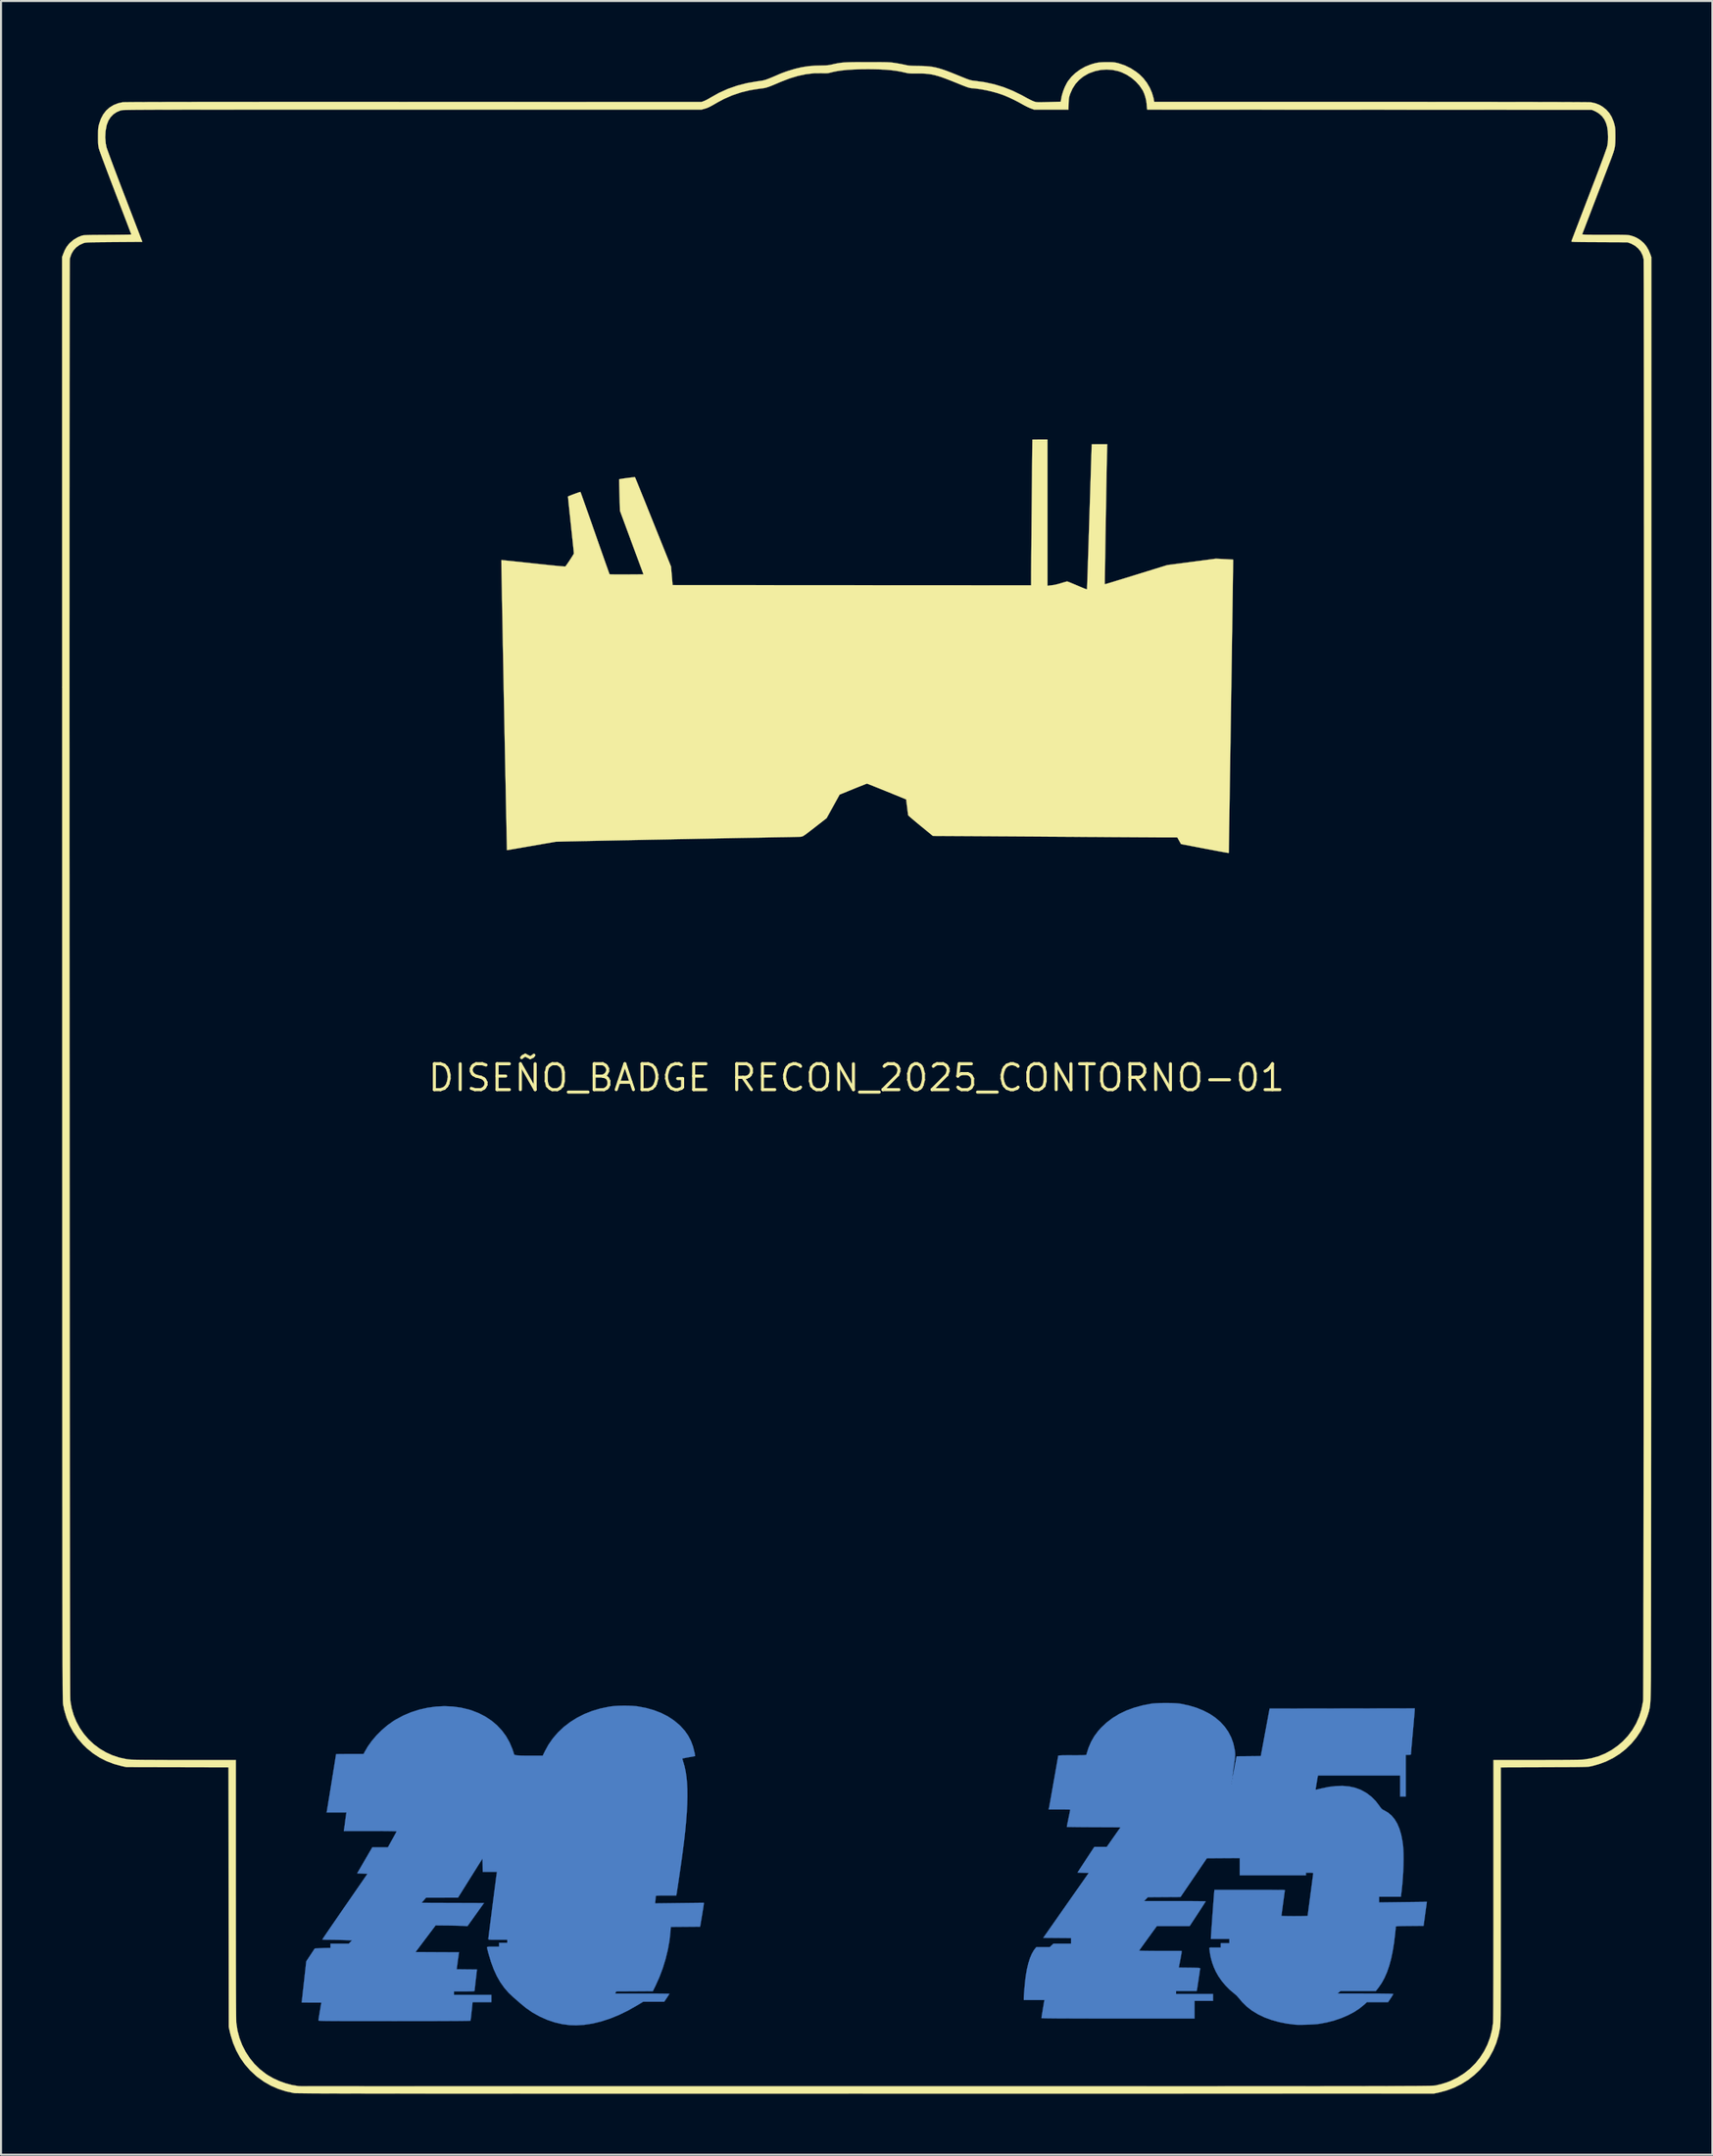
<source format=kicad_pcb>
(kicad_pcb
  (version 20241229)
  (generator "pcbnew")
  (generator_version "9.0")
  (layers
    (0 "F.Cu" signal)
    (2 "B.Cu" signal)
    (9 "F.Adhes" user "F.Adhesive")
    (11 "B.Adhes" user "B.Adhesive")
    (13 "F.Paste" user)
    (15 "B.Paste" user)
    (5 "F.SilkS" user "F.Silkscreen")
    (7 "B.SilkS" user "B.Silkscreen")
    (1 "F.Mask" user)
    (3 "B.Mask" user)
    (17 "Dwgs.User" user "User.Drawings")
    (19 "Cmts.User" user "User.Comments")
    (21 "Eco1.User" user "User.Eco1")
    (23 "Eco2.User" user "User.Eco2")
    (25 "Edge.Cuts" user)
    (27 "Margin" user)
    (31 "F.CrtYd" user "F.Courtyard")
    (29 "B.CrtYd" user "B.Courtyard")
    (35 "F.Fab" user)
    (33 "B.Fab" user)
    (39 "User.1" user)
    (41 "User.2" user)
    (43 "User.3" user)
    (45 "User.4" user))
  (footprint "DISEÑO_BADGE RECON_2025_CONTORNO-01"
    (layer "F.Cu")
    (at 39.101 49.99)
    (property "Reference" "DISEÑO_BADGE RECON_2025_CONTORNO-01" (at 0 0 0) (layer "F.SilkS") (effects (font (size 1.27 1.27) (thickness 0.15))))
    (attr through_hole)
    (fp_poly (pts (xy -11.237 30.898) (xy -11.021 30.908) (xy -10.829 30.924) (xy -10.768 30.932) (xy -10.357 31.009) (xy -9.972 31.117) (xy -9.615 31.255) (xy -9.285 31.422) (xy -8.984 31.62) (xy -8.714 31.845) (xy -8.656 31.901) (xy -8.452 32.129) (xy -8.283 32.371) (xy -8.147 32.632) (xy -8.042 32.917) (xy -7.965 33.23) (xy -7.951 33.309) (xy -7.939 33.376) (xy -8.251 33.434) (xy -8.36 33.454) (xy -8.453 33.473) (xy -8.524 33.487) (xy -8.563 33.496) (xy -8.569 33.498) (xy -8.567 33.519) (xy -8.553 33.571) (xy -8.531 33.643) (xy -8.523 33.67) (xy -8.459 33.891) (xy -8.408 34.134) (xy -8.368 34.401) (xy -8.341 34.692) (xy -8.325 35.01) (xy -8.322 35.356) (xy -8.33 35.732) (xy -8.351 36.139) (xy -8.384 36.579) (xy -8.428 37.054) (xy -8.485 37.565) (xy -8.555 38.113) (xy -8.606 38.492) (xy -8.631 38.665) (xy -8.657 38.849) (xy -8.685 39.039) (xy -8.712 39.231) (xy -8.74 39.418) (xy -8.766 39.596) (xy -8.791 39.76) (xy -8.813 39.905) (xy -8.832 40.026) (xy -8.846 40.118) (xy -8.856 40.175) (xy -8.859 40.19) (xy -8.87 40.238) (xy -9.365 40.238) (xy -9.506 40.238) (xy -9.632 40.24) (xy -9.737 40.243) (xy -9.815 40.247) (xy -9.861 40.251) (xy -9.87 40.254) (xy -9.876 40.281) (xy -9.884 40.339) (xy -9.892 40.418) (xy -9.894 40.447) (xy -9.909 40.625) (xy -8.712 40.61) (xy -7.514 40.595) (xy -7.515 40.654) (xy -7.519 40.691) (xy -7.529 40.763) (xy -7.545 40.864) (xy -7.564 40.988) (xy -7.587 41.128) (xy -7.606 41.243) (xy -7.696 41.772) (xy -8.417 41.778) (xy -9.138 41.784) (xy -9.153 41.995) (xy -9.2 42.441) (xy -9.282 42.9) (xy -9.395 43.363) (xy -9.536 43.822) (xy -9.705 44.268) (xy -9.887 44.672) (xy -10.022 44.947) (xy -10.924 44.953) (xy -11.826 44.958) (xy -11.85 45.011) (xy -11.874 45.064) (xy -10.541 45.064) (xy -10.307 45.064) (xy -10.087 45.065) (xy -9.883 45.065) (xy -9.7 45.066) (xy -9.54 45.068) (xy -9.407 45.069) (xy -9.305 45.071) (xy -9.238 45.073) (xy -9.209 45.075) (xy -9.207 45.075) (xy -9.219 45.096) (xy -9.249 45.145) (xy -9.293 45.213) (xy -9.335 45.276) (xy -9.463 45.466) (xy -10.498 45.466) (xy -10.8 45.648) (xy -11.248 45.901) (xy -11.692 46.117) (xy -12.129 46.295) (xy -12.56 46.435) (xy -12.981 46.538) (xy -13.392 46.601) (xy -13.792 46.626) (xy -14.118 46.616) (xy -14.489 46.567) (xy -14.86 46.479) (xy -15.229 46.354) (xy -15.589 46.193) (xy -15.937 45.999) (xy -16.267 45.773) (xy -16.552 45.538) (xy -16.615 45.483) (xy -16.698 45.409) (xy -16.792 45.328) (xy -16.885 45.248) (xy -17.123 45.023) (xy -17.336 44.777) (xy -17.528 44.506) (xy -17.699 44.207) (xy -17.851 43.876) (xy -17.986 43.511) (xy -18.096 43.147) (xy -18.126 43.036) (xy -18.152 42.936) (xy -18.17 42.858) (xy -18.181 42.807) (xy -18.182 42.795) (xy -18.179 42.78) (xy -18.166 42.769) (xy -18.136 42.763) (xy -18.082 42.759) (xy -17.999 42.757) (xy -17.886 42.757) (xy -17.59 42.757) (xy -17.59 42.566) (xy -17.187 42.566) (xy -17.187 42.418) (xy -17.653 42.418) (xy -17.805 42.418) (xy -17.92 42.417) (xy -18.003 42.415) (xy -18.059 42.411) (xy -18.094 42.406) (xy -18.111 42.398) (xy -18.118 42.387) (xy -18.119 42.38) (xy -18.116 42.354) (xy -18.108 42.29) (xy -18.097 42.191) (xy -18.081 42.063) (xy -18.061 41.908) (xy -18.039 41.732) (xy -18.015 41.537) (xy -17.988 41.329) (xy -17.96 41.11) (xy -17.932 40.885) (xy -17.903 40.657) (xy -17.874 40.432) (xy -17.846 40.212) (xy -17.819 40.002) (xy -17.793 39.806) (xy -17.77 39.628) (xy -17.75 39.471) (xy -17.733 39.34) (xy -17.719 39.239) (xy -17.71 39.171) (xy -17.705 39.142) (xy -17.693 39.074) (xy -18.393 39.074) (xy -18.399 38.746) (xy -18.404 38.418) (xy -19.008 39.38) (xy -19.611 40.343) (xy -21.181 40.344) (xy -21.292 40.471) (xy -21.402 40.597) (xy -18.331 40.608) (xy -18.738 41.177) (xy -19.145 41.745) (xy -19.346 41.733) (xy -19.423 41.729) (xy -19.533 41.726) (xy -19.67 41.722) (xy -19.824 41.719) (xy -19.988 41.716) (xy -20.13 41.715) (xy -20.712 41.709) (xy -21.206 42.365) (xy -21.7 43.021) (xy -20.629 43.027) (xy -19.559 43.032) (xy -19.57 43.09) (xy -19.577 43.13) (xy -19.587 43.204) (xy -19.601 43.302) (xy -19.617 43.418) (xy -19.629 43.508) (xy -19.676 43.868) (xy -19.176 43.874) (xy -18.677 43.879) (xy -18.735 44.382) (xy -18.752 44.524) (xy -18.767 44.655) (xy -18.779 44.766) (xy -18.788 44.852) (xy -18.794 44.906) (xy -18.795 44.921) (xy -18.798 44.933) (xy -18.81 44.942) (xy -18.835 44.948) (xy -18.879 44.953) (xy -18.946 44.956) (xy -19.042 44.957) (xy -19.171 44.958) (xy -19.304 44.958) (xy -19.812 44.958) (xy -19.812 45.127) (xy -17.971 45.127) (xy -17.971 45.487) (xy -18.893 45.487) (xy -18.939 45.933) (xy -18.954 46.066) (xy -18.967 46.185) (xy -18.979 46.284) (xy -18.989 46.356) (xy -18.996 46.394) (xy -18.998 46.398) (xy -19.02 46.401) (xy -19.084 46.403) (xy -19.189 46.406) (xy -19.333 46.408) (xy -19.516 46.41) (xy -19.737 46.412) (xy -19.995 46.413) (xy -20.288 46.415) (xy -20.617 46.416) (xy -20.979 46.417) (xy -21.375 46.417) (xy -21.804 46.418) (xy -22.263 46.418) (xy -22.745 46.419) (xy -23.212 46.418) (xy -23.638 46.418) (xy -24.026 46.418) (xy -24.376 46.418) (xy -24.692 46.418) (xy -24.975 46.417) (xy -25.226 46.417) (xy -25.448 46.416) (xy -25.642 46.415) (xy -25.81 46.414) (xy -25.955 46.413) (xy -26.077 46.412) (xy -26.178 46.41) (xy -26.261 46.408) (xy -26.328 46.406) (xy -26.379 46.403) (xy -26.418 46.4) (xy -26.445 46.397) (xy -26.463 46.393) (xy -26.474 46.389) (xy -26.478 46.385) (xy -26.479 46.381) (xy -26.476 46.35) (xy -26.466 46.284) (xy -26.452 46.19) (xy -26.433 46.075) (xy -26.412 45.946) (xy -26.408 45.926) (xy -26.338 45.508) (xy -26.822 45.508) (xy -26.959 45.508) (xy -27.082 45.507) (xy -27.183 45.507) (xy -27.257 45.505) (xy -27.298 45.504) (xy -27.304 45.503) (xy -27.302 45.482) (xy -27.295 45.422) (xy -27.285 45.329) (xy -27.271 45.206) (xy -27.255 45.057) (xy -27.236 44.887) (xy -27.215 44.699) (xy -27.192 44.497) (xy -27.191 44.487) (xy -27.079 43.477) (xy -26.87 43.162) (xy -26.661 42.847) (xy -26.427 42.834) (xy -26.312 42.828) (xy -26.192 42.823) (xy -26.087 42.821) (xy -26.04 42.82) (xy -25.887 42.82) (xy -25.887 42.608) (xy -24.985 42.608) (xy -24.906 42.527) (xy -24.826 42.446) (xy -25.193 42.432) (xy -25.352 42.427) (xy -25.534 42.423) (xy -25.718 42.42) (xy -25.885 42.418) (xy -25.924 42.418) (xy -26.043 42.417) (xy -26.146 42.415) (xy -26.225 42.411) (xy -26.275 42.406) (xy -26.289 42.402) (xy -26.277 42.383) (xy -26.243 42.331) (xy -26.188 42.249) (xy -26.114 42.14) (xy -26.023 42.006) (xy -25.916 41.85) (xy -25.795 41.673) (xy -25.661 41.479) (xy -25.517 41.27) (xy -25.364 41.047) (xy -25.204 40.815) (xy -25.178 40.778) (xy -24.067 39.169) (xy -24.321 39.158) (xy -24.575 39.148) (xy -24.202 38.507) (xy -23.829 37.867) (xy -23.061 37.867) (xy -22.849 37.484) (xy -22.785 37.368) (xy -22.729 37.264) (xy -22.682 37.178) (xy -22.649 37.117) (xy -22.632 37.084) (xy -22.631 37.082) (xy -22.65 37.078) (xy -22.709 37.075) (xy -22.804 37.072) (xy -22.932 37.069) (xy -23.091 37.067) (xy -23.278 37.065) (xy -23.489 37.064) (xy -23.722 37.063) (xy -23.929 37.063) (xy -25.234 37.063) (xy -25.222 37.005) (xy -25.216 36.964) (xy -25.205 36.89) (xy -25.191 36.792) (xy -25.176 36.677) (xy -25.167 36.608) (xy -25.152 36.488) (xy -25.137 36.38) (xy -25.124 36.29) (xy -25.115 36.23) (xy -25.112 36.211) (xy -25.1 36.153) (xy -26.078 36.153) (xy -26.067 36.105) (xy -26.063 36.078) (xy -26.052 36.013) (xy -26.036 35.916) (xy -26.015 35.79) (xy -25.991 35.639) (xy -25.963 35.468) (xy -25.932 35.281) (xy -25.9 35.082) (xy -25.866 34.875) (xy -25.832 34.664) (xy -25.799 34.454) (xy -25.765 34.249) (xy -25.734 34.053) (xy -25.704 33.87) (xy -25.678 33.705) (xy -25.655 33.561) (xy -25.636 33.442) (xy -25.622 33.354) (xy -25.614 33.3) (xy -25.612 33.284) (xy -25.591 33.282) (xy -25.534 33.279) (xy -25.444 33.277) (xy -25.326 33.276) (xy -25.187 33.275) (xy -25.03 33.274) (xy -24.935 33.274) (xy -24.258 33.274) (xy -24.212 33.184) (xy -24.048 32.902) (xy -23.848 32.623) (xy -23.618 32.353) (xy -23.362 32.098) (xy -23.088 31.864) (xy -22.801 31.658) (xy -22.674 31.579) (xy -22.304 31.382) (xy -21.918 31.219) (xy -21.518 31.091) (xy -21.109 30.999) (xy -20.696 30.942) (xy -20.282 30.922) (xy -19.872 30.939) (xy -19.469 30.993) (xy -19.078 31.086) (xy -18.944 31.127) (xy -18.59 31.265) (xy -18.263 31.433) (xy -17.964 31.632) (xy -17.694 31.859) (xy -17.455 32.113) (xy -17.248 32.393) (xy -17.075 32.699) (xy -16.935 33.028) (xy -16.909 33.106) (xy -16.841 33.313) (xy -16.751 33.336) (xy -16.702 33.343) (xy -16.615 33.348) (xy -16.495 33.353) (xy -16.347 33.356) (xy -16.174 33.358) (xy -16.051 33.358) (xy -15.441 33.357) (xy -15.341 33.148) (xy -15.158 32.813) (xy -14.939 32.5) (xy -14.688 32.21) (xy -14.406 31.944) (xy -14.095 31.705) (xy -13.758 31.493) (xy -13.396 31.31) (xy -13.012 31.157) (xy -12.609 31.037) (xy -12.187 30.95) (xy -12.086 30.934) (xy -11.902 30.914) (xy -11.69 30.901) (xy -11.464 30.896) (xy -11.237 30.898)) (stroke (width 0.01) (type solid)) (fill yes) (layer "B.Cu"))
    (fp_poly (pts (xy 15.328 30.765) (xy 15.521 30.769) (xy 15.699 30.777) (xy 15.854 30.789) (xy 15.969 30.805) (xy 16.367 30.89) (xy 16.737 31.001) (xy 17.076 31.139) (xy 17.385 31.301) (xy 17.663 31.486) (xy 17.907 31.695) (xy 18.119 31.927) (xy 18.296 32.18) (xy 18.438 32.453) (xy 18.544 32.746) (xy 18.612 33.058) (xy 18.626 33.164) (xy 18.632 33.225) (xy 18.635 33.284) (xy 18.634 33.348) (xy 18.628 33.423) (xy 18.618 33.518) (xy 18.603 33.638) (xy 18.582 33.791) (xy 18.572 33.86) (xy 18.551 34.003) (xy 18.534 34.133) (xy 18.52 34.244) (xy 18.51 34.329) (xy 18.504 34.383) (xy 18.504 34.399) (xy 18.51 34.385) (xy 18.522 34.334) (xy 18.539 34.253) (xy 18.561 34.146) (xy 18.585 34.019) (xy 18.606 33.905) (xy 18.702 33.39) (xy 19.299 33.385) (xy 19.453 33.383) (xy 19.593 33.381) (xy 19.712 33.38) (xy 19.807 33.378) (xy 19.87 33.376) (xy 19.897 33.374) (xy 19.898 33.374) (xy 19.902 33.353) (xy 19.913 33.294) (xy 19.93 33.201) (xy 19.953 33.077) (xy 19.981 32.927) (xy 20.013 32.754) (xy 20.049 32.562) (xy 20.087 32.354) (xy 20.115 32.205) (xy 20.331 31.041) (xy 27.474 31.03) (xy 27.474 31.091) (xy 27.472 31.124) (xy 27.467 31.194) (xy 27.459 31.298) (xy 27.448 31.432) (xy 27.434 31.59) (xy 27.419 31.769) (xy 27.401 31.965) (xy 27.383 32.173) (xy 27.379 32.216) (xy 27.36 32.424) (xy 27.343 32.619) (xy 27.327 32.798) (xy 27.313 32.955) (xy 27.302 33.088) (xy 27.293 33.192) (xy 27.287 33.262) (xy 27.284 33.296) (xy 27.284 33.298) (xy 27.265 33.308) (xy 27.215 33.314) (xy 27.157 33.316) (xy 27.03 33.316) (xy 27.03 35.37) (xy 26.755 35.37) (xy 26.755 34.332) (xy 22.713 34.332) (xy 22.702 34.38) (xy 22.694 34.419) (xy 22.682 34.489) (xy 22.666 34.582) (xy 22.649 34.687) (xy 22.648 34.692) (xy 22.631 34.797) (xy 22.616 34.889) (xy 22.603 34.96) (xy 22.596 34.999) (xy 22.596 35) (xy 22.594 35.017) (xy 22.601 35.026) (xy 22.624 35.027) (xy 22.668 35.02) (xy 22.74 35.004) (xy 22.847 34.977) (xy 22.859 34.974) (xy 23.235 34.895) (xy 23.59 34.852) (xy 23.924 34.843) (xy 24.238 34.87) (xy 24.529 34.932) (xy 24.798 35.029) (xy 24.843 35.051) (xy 25.107 35.199) (xy 25.344 35.381) (xy 25.556 35.596) (xy 25.723 35.814) (xy 25.783 35.899) (xy 25.831 35.958) (xy 25.876 35.998) (xy 25.927 36.029) (xy 25.967 36.048) (xy 26.163 36.161) (xy 26.336 36.307) (xy 26.487 36.489) (xy 26.616 36.706) (xy 26.722 36.958) (xy 26.807 37.246) (xy 26.87 37.57) (xy 26.894 37.744) (xy 26.911 37.95) (xy 26.921 38.191) (xy 26.923 38.461) (xy 26.918 38.752) (xy 26.906 39.057) (xy 26.887 39.371) (xy 26.862 39.687) (xy 26.829 39.997) (xy 26.816 40.106) (xy 26.792 40.301) (xy 25.718 40.301) (xy 25.718 40.579) (xy 26.894 40.564) (xy 28.071 40.549) (xy 28.057 40.642) (xy 28.05 40.69) (xy 28.039 40.772) (xy 28.024 40.881) (xy 28.006 41.011) (xy 27.986 41.153) (xy 27.976 41.233) (xy 27.908 41.73) (xy 27.226 41.736) (xy 27.028 41.738) (xy 26.869 41.74) (xy 26.746 41.743) (xy 26.655 41.747) (xy 26.593 41.752) (xy 26.557 41.758) (xy 26.543 41.766) (xy 26.543 41.767) (xy 26.54 41.797) (xy 26.535 41.86) (xy 26.526 41.949) (xy 26.516 42.056) (xy 26.511 42.1) (xy 26.457 42.556) (xy 26.39 42.972) (xy 26.311 43.352) (xy 26.217 43.697) (xy 26.109 44.009) (xy 25.986 44.29) (xy 25.848 44.543) (xy 25.693 44.768) (xy 25.657 44.815) (xy 25.559 44.937) (xy 24.69 44.937) (xy 23.821 44.937) (xy 23.748 44.999) (xy 23.675 45.062) (xy 25.045 45.063) (xy 25.358 45.063) (xy 25.63 45.065) (xy 25.86 45.066) (xy 26.049 45.069) (xy 26.199 45.071) (xy 26.309 45.075) (xy 26.38 45.079) (xy 26.413 45.084) (xy 26.416 45.086) (xy 26.405 45.111) (xy 26.374 45.164) (xy 26.33 45.234) (xy 26.288 45.297) (xy 26.161 45.487) (xy 25.121 45.487) (xy 24.983 45.614) (xy 24.751 45.801) (xy 24.484 45.975) (xy 24.187 46.131) (xy 23.864 46.269) (xy 23.521 46.386) (xy 23.163 46.48) (xy 22.795 46.55) (xy 22.734 46.558) (xy 22.64 46.568) (xy 22.516 46.578) (xy 22.371 46.586) (xy 22.215 46.593) (xy 22.057 46.598) (xy 21.906 46.601) (xy 21.773 46.601) (xy 21.665 46.599) (xy 21.611 46.596) (xy 21.19 46.544) (xy 20.792 46.465) (xy 20.418 46.36) (xy 20.069 46.231) (xy 19.75 46.077) (xy 19.46 45.9) (xy 19.203 45.702) (xy 18.979 45.482) (xy 18.86 45.337) (xy 18.699 45.155) (xy 18.568 45.045) (xy 18.362 44.872) (xy 18.161 44.668) (xy 17.974 44.442) (xy 17.809 44.204) (xy 17.685 43.984) (xy 17.589 43.773) (xy 17.507 43.547) (xy 17.443 43.32) (xy 17.4 43.105) (xy 17.389 43.021) (xy 17.38 42.944) (xy 17.371 42.878) (xy 17.366 42.847) (xy 17.363 42.828) (xy 17.368 42.814) (xy 17.388 42.806) (xy 17.428 42.801) (xy 17.496 42.799) (xy 17.597 42.799) (xy 17.642 42.799) (xy 17.928 42.799) (xy 17.928 42.587) (xy 18.352 42.587) (xy 18.352 42.376) (xy 17.441 42.376) (xy 17.441 42.327) (xy 17.443 42.295) (xy 17.447 42.227) (xy 17.454 42.126) (xy 17.463 41.998) (xy 17.473 41.847) (xy 17.485 41.679) (xy 17.498 41.498) (xy 17.511 41.31) (xy 17.525 41.119) (xy 17.539 40.931) (xy 17.552 40.749) (xy 17.565 40.58) (xy 17.576 40.428) (xy 17.586 40.299) (xy 17.594 40.196) (xy 17.6 40.125) (xy 17.602 40.106) (xy 17.615 39.963) (xy 19.348 39.963) (xy 19.615 39.963) (xy 19.87 39.963) (xy 20.108 39.963) (xy 20.328 39.964) (xy 20.526 39.965) (xy 20.699 39.965) (xy 20.843 39.966) (xy 20.956 39.967) (xy 21.035 39.968) (xy 21.076 39.969) (xy 21.082 39.97) (xy 21.079 39.992) (xy 21.072 40.05) (xy 21.059 40.14) (xy 21.044 40.257) (xy 21.025 40.394) (xy 21.004 40.547) (xy 20.997 40.599) (xy 20.976 40.757) (xy 20.957 40.901) (xy 20.94 41.026) (xy 20.927 41.127) (xy 20.917 41.198) (xy 20.913 41.235) (xy 20.913 41.238) (xy 20.933 41.242) (xy 20.991 41.245) (xy 21.08 41.249) (xy 21.197 41.251) (xy 21.335 41.253) (xy 21.49 41.254) (xy 21.558 41.254) (xy 21.719 41.253) (xy 21.865 41.252) (xy 21.991 41.249) (xy 22.092 41.246) (xy 22.164 41.243) (xy 22.2 41.239) (xy 22.204 41.237) (xy 22.207 41.213) (xy 22.214 41.151) (xy 22.227 41.056) (xy 22.243 40.931) (xy 22.263 40.78) (xy 22.286 40.608) (xy 22.311 40.419) (xy 22.338 40.216) (xy 22.341 40.191) (xy 22.369 39.986) (xy 22.394 39.795) (xy 22.417 39.62) (xy 22.437 39.465) (xy 22.454 39.336) (xy 22.467 39.236) (xy 22.476 39.169) (xy 22.479 39.14) (xy 22.479 39.139) (xy 22.459 39.127) (xy 22.4 39.119) (xy 22.307 39.116) (xy 22.299 39.116) (xy 22.119 39.116) (xy 22.119 39.243) (xy 18.86 39.243) (xy 18.86 38.396) (xy 18.051 38.401) (xy 17.243 38.407) (xy 16.595 39.359) (xy 15.947 40.312) (xy 15.143 40.317) (xy 14.338 40.323) (xy 14.245 40.418) (xy 14.152 40.513) (xy 15.67 40.513) (xy 15.919 40.513) (xy 16.155 40.514) (xy 16.376 40.514) (xy 16.577 40.515) (xy 16.755 40.517) (xy 16.907 40.518) (xy 17.029 40.52) (xy 17.119 40.521) (xy 17.173 40.523) (xy 17.187 40.525) (xy 17.176 40.545) (xy 17.144 40.596) (xy 17.094 40.674) (xy 17.029 40.775) (xy 16.952 40.895) (xy 16.864 41.029) (xy 16.792 41.139) (xy 16.397 41.741) (xy 14.783 41.741) (xy 14.35 42.336) (xy 14.249 42.476) (xy 14.155 42.605) (xy 14.073 42.72) (xy 14.004 42.816) (xy 13.952 42.889) (xy 13.92 42.935) (xy 13.91 42.95) (xy 13.929 42.954) (xy 13.987 42.957) (xy 14.078 42.96) (xy 14.201 42.963) (xy 14.349 42.965) (xy 14.52 42.967) (xy 14.71 42.968) (xy 14.914 42.968) (xy 14.952 42.968) (xy 16.002 42.968) (xy 16.001 43.016) (xy 15.997 43.052) (xy 15.986 43.121) (xy 15.969 43.217) (xy 15.949 43.33) (xy 15.931 43.423) (xy 15.861 43.783) (xy 16.387 43.789) (xy 16.557 43.791) (xy 16.69 43.794) (xy 16.788 43.798) (xy 16.855 43.803) (xy 16.894 43.81) (xy 16.911 43.818) (xy 16.912 43.821) (xy 16.909 43.85) (xy 16.901 43.913) (xy 16.888 44.004) (xy 16.872 44.115) (xy 16.853 44.24) (xy 16.834 44.371) (xy 16.814 44.502) (xy 16.796 44.624) (xy 16.779 44.732) (xy 16.766 44.817) (xy 16.756 44.873) (xy 16.753 44.889) (xy 16.742 44.937) (xy 15.727 44.937) (xy 15.727 45.085) (xy 17.547 45.085) (xy 17.547 45.424) (xy 16.637 45.424) (xy 16.637 46.291) (xy 12.869 46.291) (xy 12.36 46.291) (xy 11.892 46.291) (xy 11.465 46.291) (xy 11.076 46.29) (xy 10.726 46.289) (xy 10.414 46.288) (xy 10.137 46.287) (xy 9.895 46.286) (xy 9.688 46.284) (xy 9.514 46.282) (xy 9.372 46.28) (xy 9.261 46.278) (xy 9.18 46.275) (xy 9.128 46.273) (xy 9.104 46.27) (xy 9.102 46.268) (xy 9.105 46.241) (xy 9.114 46.179) (xy 9.128 46.092) (xy 9.145 45.988) (xy 9.163 45.873) (xy 9.183 45.757) (xy 9.201 45.646) (xy 9.218 45.55) (xy 9.231 45.476) (xy 9.239 45.432) (xy 9.24 45.429) (xy 9.251 45.381) (xy 8.234 45.381) (xy 8.234 45.287) (xy 8.236 45.216) (xy 8.242 45.111) (xy 8.252 44.981) (xy 8.264 44.836) (xy 8.278 44.684) (xy 8.292 44.534) (xy 8.307 44.394) (xy 8.321 44.274) (xy 8.331 44.196) (xy 8.387 43.87) (xy 8.455 43.581) (xy 8.534 43.328) (xy 8.624 43.114) (xy 8.724 42.939) (xy 8.777 42.868) (xy 8.851 42.778) (xy 9.51 42.778) (xy 9.602 42.693) (xy 9.693 42.608) (xy 10.562 42.608) (xy 10.562 42.334) (xy 9.189 42.323) (xy 11.429 39.127) (xy 11.155 39.121) (xy 11.052 39.118) (xy 10.967 39.114) (xy 10.907 39.11) (xy 10.88 39.107) (xy 10.88 39.106) (xy 10.891 39.087) (xy 10.923 39.037) (xy 10.973 38.959) (xy 11.038 38.859) (xy 11.117 38.739) (xy 11.205 38.604) (xy 11.292 38.472) (xy 11.704 37.846) (xy 12.316 37.846) (xy 12.654 37.364) (xy 12.992 36.883) (xy 11.671 36.877) (xy 11.439 36.876) (xy 11.22 36.875) (xy 11.017 36.873) (xy 10.835 36.871) (xy 10.676 36.869) (xy 10.545 36.867) (xy 10.445 36.865) (xy 10.379 36.863) (xy 10.351 36.861) (xy 10.351 36.861) (xy 10.355 36.838) (xy 10.366 36.779) (xy 10.383 36.692) (xy 10.405 36.583) (xy 10.43 36.459) (xy 10.435 36.436) (xy 10.461 36.309) (xy 10.484 36.197) (xy 10.502 36.107) (xy 10.514 36.044) (xy 10.52 36.014) (xy 10.52 36.013) (xy 10.5 36.011) (xy 10.443 36.009) (xy 10.355 36.007) (xy 10.242 36.006) (xy 10.109 36.005) (xy 9.989 36.005) (xy 9.458 36.005) (xy 9.47 35.946) (xy 9.478 35.909) (xy 9.491 35.836) (xy 9.51 35.731) (xy 9.534 35.6) (xy 9.561 35.446) (xy 9.592 35.273) (xy 9.625 35.087) (xy 9.659 34.891) (xy 9.685 34.745) (xy 18.436 34.745) (xy 18.447 34.756) (xy 18.457 34.745) (xy 18.447 34.734) (xy 18.436 34.745) (xy 9.685 34.745) (xy 9.695 34.69) (xy 9.708 34.616) (xy 18.459 34.616) (xy 18.463 34.644) (xy 18.47 34.644) (xy 18.475 34.616) (xy 18.472 34.604) (xy 18.462 34.596) (xy 18.459 34.616) (xy 9.708 34.616) (xy 9.731 34.489) (xy 9.732 34.48) (xy 18.482 34.48) (xy 18.485 34.511) (xy 18.493 34.507) (xy 18.495 34.464) (xy 18.493 34.454) (xy 18.485 34.451) (xy 18.482 34.48) (xy 9.732 34.48) (xy 9.766 34.29) (xy 9.799 34.1) (xy 9.83 33.923) (xy 9.858 33.762) (xy 9.883 33.622) (xy 9.902 33.507) (xy 9.917 33.422) (xy 9.925 33.372) (xy 9.927 33.359) (xy 9.948 33.352) (xy 10.011 33.347) (xy 10.115 33.342) (xy 10.262 33.339) (xy 10.451 33.338) (xy 10.616 33.337) (xy 10.814 33.337) (xy 10.974 33.336) (xy 11.098 33.334) (xy 11.19 33.331) (xy 11.254 33.326) (xy 11.293 33.321) (xy 11.31 33.314) (xy 11.311 33.311) (xy 11.414 32.98) (xy 11.543 32.678) (xy 11.702 32.4) (xy 11.894 32.142) (xy 12.033 31.986) (xy 12.305 31.729) (xy 12.604 31.502) (xy 12.93 31.304) (xy 13.284 31.135) (xy 13.668 30.994) (xy 14.083 30.881) (xy 14.467 30.805) (xy 14.595 30.789) (xy 14.754 30.777) (xy 14.935 30.769) (xy 15.13 30.765) (xy 15.328 30.765)) (stroke (width 0.01) (type solid)) (fill yes) (layer "B.Cu"))
    (fp_poly (pts (xy -30.383 -46.264) (xy -30.179 -46.263) (xy -29.934 -46.263) (xy -29.648 -46.262) (xy -29.323 -46.261) (xy -28.959 -46.26) (xy -28.558 -46.259) (xy -28.119 -46.258) (xy -27.645 -46.257) (xy -27.136 -46.256) (xy -26.593 -46.254) (xy -26.017 -46.253) (xy -25.408 -46.252) (xy -24.769 -46.25) (xy -24.099 -46.249) (xy -23.399 -46.247) (xy -22.672 -46.245) (xy -21.916 -46.243) (xy -21.134 -46.242) (xy -20.327 -46.24) (xy -19.494 -46.238) (xy -18.638 -46.236) (xy -17.759 -46.234) (xy -16.858 -46.232) (xy -15.936 -46.23) (xy -14.993 -46.227) (xy -14.032 -46.225) (xy -13.052 -46.223) (xy -12.055 -46.221) (xy -11.041 -46.218) (xy -10.012 -46.216) (xy -8.968 -46.214) (xy -7.91 -46.211) (xy -6.84 -46.209) (xy -5.758 -46.206) (xy -4.665 -46.204) (xy -3.562 -46.202) (xy -2.45 -46.199) (xy -1.33 -46.196) (xy -0.203 -46.194) (xy 0.931 -46.191) (xy 2.07 -46.189) (xy 3.213 -46.186) (xy 4.128 -46.184) (xy 5.25 -46.182) (xy 6.363 -46.179) (xy 7.464 -46.177) (xy 8.554 -46.174) (xy 9.632 -46.172) (xy 10.696 -46.17) (xy 11.746 -46.167) (xy 12.782 -46.165) (xy 13.803 -46.162) (xy 14.807 -46.16) (xy 15.794 -46.158) (xy 16.764 -46.156) (xy 17.715 -46.153) (xy 18.646 -46.151) (xy 19.558 -46.149) (xy 20.45 -46.147) (xy 21.319 -46.145) (xy 22.167 -46.143) (xy 22.991 -46.141) (xy 23.792 -46.139) (xy 24.568 -46.137) (xy 25.319 -46.135) (xy 26.044 -46.133) (xy 26.742 -46.132) (xy 27.413 -46.13) (xy 28.056 -46.128) (xy 28.669 -46.127) (xy 29.252 -46.125) (xy 29.805 -46.124) (xy 30.327 -46.122) (xy 30.817 -46.121) (xy 31.273 -46.12) (xy 31.697 -46.119) (xy 32.086 -46.117) (xy 32.439 -46.116) (xy 32.757 -46.116) (xy 33.039 -46.115) (xy 33.283 -46.114) (xy 33.488 -46.113) (xy 33.655 -46.113) (xy 33.783 -46.112) (xy 33.87 -46.112) (xy 33.915 -46.111) (xy 33.923 -46.111) (xy 33.919 -46.09) (xy 33.9 -46.031) (xy 33.866 -45.935) (xy 33.819 -45.802) (xy 33.759 -45.634) (xy 33.685 -45.431) (xy 33.599 -45.195) (xy 33.5 -44.927) (xy 33.39 -44.628) (xy 33.267 -44.298) (xy 33.134 -43.94) (xy 32.99 -43.553) (xy 32.835 -43.14) (xy 32.671 -42.7) (xy 32.619 -42.562) (xy 31.291 -39.021) (xy 33.463 -39.01) (xy 35.635 -39) (xy 18.215 4.809) (xy 17.692 6.123) (xy 17.173 7.427) (xy 16.658 8.722) (xy 16.148 10.006) (xy 15.641 11.279) (xy 15.14 12.541) (xy 14.643 13.791) (xy 14.151 15.028) (xy 13.664 16.251) (xy 13.183 17.462) (xy 12.707 18.657) (xy 12.238 19.838) (xy 11.774 21.004) (xy 11.317 22.153) (xy 10.866 23.286) (xy 10.422 24.402) (xy 9.986 25.5) (xy 9.556 26.58) (xy 9.134 27.641) (xy 8.72 28.683) (xy 8.313 29.705) (xy 7.915 30.706) (xy 7.525 31.687) (xy 7.143 32.646) (xy 6.771 33.582) (xy 6.407 34.496) (xy 6.053 35.387) (xy 5.708 36.254) (xy 5.373 37.097) (xy 5.047 37.915) (xy 4.732 38.707) (xy 4.427 39.473) (xy 4.133 40.213) (xy 3.85 40.925) (xy 3.577 41.61) (xy 3.316 42.266) (xy 3.066 42.894) (xy 2.828 43.492) (xy 2.602 44.061) (xy 2.388 44.599) (xy 2.186 45.105) (xy 1.997 45.581) (xy 1.821 46.024) (xy 1.657 46.434) (xy 1.507 46.811) (xy 1.371 47.154) (xy 1.248 47.463) (xy 1.139 47.736) (xy 1.044 47.975) (xy 0.963 48.177) (xy 0.897 48.342) (xy 0.846 48.471) (xy 0.81 48.561) (xy 0.789 48.613) (xy 0.783 48.627) (xy 0.774 48.608) (xy 0.749 48.551) (xy 0.707 48.456) (xy 0.648 48.324) (xy 0.574 48.156) (xy 0.484 47.951) (xy 0.378 47.711) (xy 0.257 47.436) (xy 0.12 47.126) (xy -0.031 46.783) (xy -0.197 46.406) (xy -0.377 45.997) (xy -0.571 45.556) (xy -0.779 45.082) (xy -1.001 44.578) (xy -1.236 44.043) (xy -1.485 43.478) (xy -1.746 42.884) (xy -2.02 42.26) (xy -2.306 41.608) (xy -2.605 40.929) (xy -2.916 40.222) (xy -3.238 39.488) (xy -3.572 38.728) (xy -3.918 37.943) (xy -4.274 37.132) (xy -4.641 36.297) (xy -5.018 35.437) (xy -5.406 34.555) (xy -5.804 33.649) (xy -6.212 32.721) (xy -6.629 31.771) (xy -7.056 30.799) (xy -7.492 29.807) (xy -7.936 28.795) (xy -8.39 27.763) (xy -8.851 26.712) (xy -9.321 25.643) (xy -9.799 24.555) (xy -10.284 23.45) (xy -10.777 22.328) (xy -11.277 21.19) (xy -11.784 20.036) (xy -12.297 18.866) (xy -12.817 17.682) (xy -13.344 16.483) (xy -13.876 15.271) (xy -14.414 14.046) (xy -14.957 12.808) (xy -15.506 11.558) (xy -16.06 10.297) (xy -16.619 9.025) (xy -17.182 7.742) (xy -17.749 6.45) (xy -18.321 5.148) (xy -18.451 4.851) (xy -19.024 3.547) (xy -19.592 2.252) (xy -20.156 0.967) (xy -20.716 -0.308) (xy -21.271 -1.572) (xy -21.821 -2.825) (xy -22.366 -4.066) (xy -22.905 -5.295) (xy -23.439 -6.51) (xy -23.967 -7.712) (xy -24.488 -8.9) (xy -25.003 -10.074) (xy -25.512 -11.232) (xy -26.013 -12.375) (xy -26.508 -13.501) (xy -26.995 -14.611) (xy -27.475 -15.703) (xy -27.946 -16.778) (xy -28.41 -17.834) (xy -28.865 -18.871) (xy -29.312 -19.888) (xy -29.75 -20.886) (xy -30.179 -21.863) (xy -30.598 -22.818) (xy -31.008 -23.752) (xy -31.408 -24.664) (xy -31.799 -25.553) (xy -32.179 -26.419) (xy -32.548 -27.26) (xy -32.907 -28.078) (xy -33.255 -28.87) (xy -33.591 -29.637) (xy -33.916 -30.378) (xy -34.23 -31.092) (xy -34.531 -31.779) (xy -34.821 -32.438) (xy -35.098 -33.069) (xy -35.362 -33.671) (xy -35.613 -34.244) (xy -35.852 -34.787) (xy -36.077 -35.299) (xy -36.288 -35.781) (xy -36.486 -36.231) (xy -36.669 -36.649) (xy -36.838 -37.034) (xy -36.993 -37.386) (xy -37.132 -37.705) (xy -37.257 -37.989) (xy -37.366 -38.238) (xy -37.46 -38.452) (xy -37.538 -38.63) (xy -37.6 -38.771) (xy -37.646 -38.876) (xy -37.675 -38.943) (xy -37.688 -38.972) (xy -37.689 -38.973) (xy -37.689 -38.978) (xy -37.685 -38.983) (xy -37.673 -38.988) (xy -37.653 -38.991) (xy -37.621 -38.995) (xy -37.576 -38.998) (xy -37.515 -39.001) (xy -37.437 -39.003) (xy -37.339 -39.005) (xy -37.219 -39.007) (xy -37.075 -39.008) (xy -36.905 -39.009) (xy -36.707 -39.011) (xy -36.478 -39.012) (xy -36.216 -39.013) (xy -35.92 -39.013) (xy -35.586 -39.014) (xy -35.214 -39.015) (xy -34.993 -39.015) (xy -32.284 -39.021) (xy -33.69 -42.598) (xy -33.836 -42.971) (xy -33.979 -43.334) (xy -34.116 -43.685) (xy -34.248 -44.021) (xy -34.374 -44.341) (xy -34.492 -44.644) (xy -34.602 -44.926) (xy -34.704 -45.185) (xy -34.796 -45.421) (xy -34.878 -45.63) (xy -34.948 -45.812) (xy -35.007 -45.963) (xy -35.053 -46.082) (xy -35.086 -46.166) (xy -35.104 -46.215) (xy -35.108 -46.226) (xy -35.122 -46.277) (xy -30.383 -46.264)) (stroke (width 0.01) (type solid)) (fill yes) (layer "B.Mask"))
    (fp_poly (pts (xy 9.398 -24.211) (xy 9.477 -24.222) (xy 9.544 -24.231) (xy 9.63 -24.241) (xy 9.683 -24.247) (xy 9.753 -24.259) (xy 9.851 -24.282) (xy 9.962 -24.311) (xy 10.074 -24.344) (xy 10.175 -24.375) (xy 10.263 -24.4) (xy 10.33 -24.418) (xy 10.365 -24.426) (xy 10.368 -24.426) (xy 10.395 -24.418) (xy 10.455 -24.396) (xy 10.542 -24.361) (xy 10.651 -24.316) (xy 10.776 -24.263) (xy 10.864 -24.226) (xy 10.995 -24.17) (xy 11.113 -24.121) (xy 11.211 -24.081) (xy 11.286 -24.052) (xy 11.331 -24.037) (xy 11.342 -24.035) (xy 11.344 -24.057) (xy 11.347 -24.119) (xy 11.351 -24.219) (xy 11.356 -24.354) (xy 11.362 -24.523) (xy 11.369 -24.724) (xy 11.377 -24.954) (xy 11.386 -25.211) (xy 11.395 -25.492) (xy 11.405 -25.796) (xy 11.416 -26.121) (xy 11.427 -26.463) (xy 11.439 -26.822) (xy 11.45 -27.195) (xy 11.463 -27.579) (xy 11.463 -27.606) (xy 11.476 -27.991) (xy 11.487 -28.364) (xy 11.499 -28.724) (xy 11.509 -29.068) (xy 11.52 -29.393) (xy 11.529 -29.699) (xy 11.538 -29.982) (xy 11.546 -30.24) (xy 11.554 -30.471) (xy 11.56 -30.673) (xy 11.566 -30.845) (xy 11.57 -30.982) (xy 11.574 -31.084) (xy 11.576 -31.149) (xy 11.577 -31.173) (xy 11.577 -31.173) (xy 11.597 -31.175) (xy 11.653 -31.176) (xy 11.738 -31.178) (xy 11.846 -31.178) (xy 11.959 -31.178) (xy 12.341 -31.178) (xy 12.329 -30.729) (xy 12.326 -30.64) (xy 12.324 -30.516) (xy 12.32 -30.36) (xy 12.317 -30.176) (xy 12.313 -29.965) (xy 12.308 -29.731) (xy 12.304 -29.476) (xy 12.299 -29.203) (xy 12.293 -28.915) (xy 12.288 -28.615) (xy 12.283 -28.305) (xy 12.277 -27.989) (xy 12.272 -27.669) (xy 12.266 -27.347) (xy 12.261 -27.028) (xy 12.255 -26.712) (xy 12.25 -26.404) (xy 12.245 -26.106) (xy 12.241 -25.821) (xy 12.236 -25.552) (xy 12.232 -25.301) (xy 12.229 -25.071) (xy 12.226 -24.865) (xy 12.223 -24.686) (xy 12.221 -24.536) (xy 12.22 -24.419) (xy 12.219 -24.337) (xy 12.219 -24.294) (xy 12.219 -24.287) (xy 12.239 -24.292) (xy 12.297 -24.309) (xy 12.39 -24.336) (xy 12.513 -24.373) (xy 12.664 -24.419) (xy 12.84 -24.473) (xy 13.037 -24.533) (xy 13.254 -24.6) (xy 13.485 -24.671) (xy 13.729 -24.747) (xy 13.759 -24.756) (xy 15.293 -25.231) (xy 16.489 -25.388) (xy 17.685 -25.546) (xy 18.107 -25.525) (xy 18.236 -25.519) (xy 18.35 -25.512) (xy 18.442 -25.506) (xy 18.505 -25.502) (xy 18.534 -25.499) (xy 18.536 -25.498) (xy 18.536 -25.477) (xy 18.535 -25.415) (xy 18.534 -25.313) (xy 18.532 -25.174) (xy 18.53 -24.999) (xy 18.527 -24.789) (xy 18.524 -24.546) (xy 18.52 -24.271) (xy 18.516 -23.966) (xy 18.511 -23.633) (xy 18.506 -23.273) (xy 18.5 -22.888) (xy 18.494 -22.478) (xy 18.488 -22.046) (xy 18.481 -21.594) (xy 18.474 -21.122) (xy 18.467 -20.632) (xy 18.459 -20.126) (xy 18.451 -19.606) (xy 18.443 -19.072) (xy 18.435 -18.527) (xy 18.431 -18.281) (xy 18.321 -11.07) (xy 18.267 -11.072) (xy 18.237 -11.077) (xy 18.169 -11.088) (xy 18.067 -11.107) (xy 17.936 -11.13) (xy 17.78 -11.159) (xy 17.602 -11.193) (xy 17.407 -11.23) (xy 17.198 -11.269) (xy 17.093 -11.289) (xy 15.971 -11.504) (xy 15.879 -11.668) (xy 15.786 -11.832) (xy 15.19 -11.832) (xy 15.098 -11.832) (xy 14.966 -11.833) (xy 14.798 -11.833) (xy 14.596 -11.834) (xy 14.364 -11.836) (xy 14.105 -11.837) (xy 13.822 -11.839) (xy 13.517 -11.841) (xy 13.194 -11.843) (xy 12.856 -11.845) (xy 12.505 -11.847) (xy 12.145 -11.85) (xy 11.779 -11.853) (xy 11.525 -11.854) (xy 11.115 -11.857) (xy 10.683 -11.861) (xy 10.233 -11.864) (xy 9.773 -11.867) (xy 9.307 -11.87) (xy 8.84 -11.874) (xy 8.379 -11.877) (xy 7.929 -11.88) (xy 7.495 -11.883) (xy 7.082 -11.885) (xy 6.697 -11.888) (xy 6.345 -11.89) (xy 6.107 -11.892) (xy 3.757 -11.906) (xy 3.154 -12.4) (xy 3.016 -12.513) (xy 2.89 -12.618) (xy 2.777 -12.713) (xy 2.683 -12.793) (xy 2.61 -12.856) (xy 2.563 -12.899) (xy 2.545 -12.918) (xy 2.545 -12.919) (xy 2.54 -12.947) (xy 2.532 -13.01) (xy 2.52 -13.1) (xy 2.506 -13.211) (xy 2.492 -13.323) (xy 2.444 -13.702) (xy 1.492 -14.09) (xy 1.302 -14.167) (xy 1.124 -14.239) (xy 0.961 -14.304) (xy 0.818 -14.362) (xy 0.698 -14.409) (xy 0.606 -14.445) (xy 0.544 -14.469) (xy 0.518 -14.478) (xy 0.517 -14.478) (xy 0.493 -14.47) (xy 0.434 -14.448) (xy 0.346 -14.414) (xy 0.232 -14.369) (xy 0.098 -14.316) (xy -0.051 -14.256) (xy -0.168 -14.208) (xy -0.831 -13.938) (xy -1.151 -13.357) (xy -1.471 -12.777) (xy -2.05 -12.327) (xy -2.205 -12.206) (xy -2.331 -12.11) (xy -2.431 -12.034) (xy -2.51 -11.976) (xy -2.571 -11.934) (xy -2.619 -11.904) (xy -2.656 -11.886) (xy -2.688 -11.874) (xy -2.717 -11.869) (xy -2.738 -11.866) (xy -2.785 -11.863) (xy -2.868 -11.86) (xy -2.982 -11.856) (xy -3.121 -11.853) (xy -3.28 -11.849) (xy -3.453 -11.846) (xy -3.609 -11.843) (xy -3.72 -11.842) (xy -3.868 -11.839) (xy -4.052 -11.836) (xy -4.268 -11.832) (xy -4.515 -11.827) (xy -4.79 -11.822) (xy -5.09 -11.816) (xy -5.414 -11.81) (xy -5.758 -11.804) (xy -6.122 -11.797) (xy -6.501 -11.789) (xy -6.895 -11.782) (xy -7.3 -11.774) (xy -7.714 -11.766) (xy -8.135 -11.757) (xy -8.561 -11.749) (xy -8.988 -11.741) (xy -9.416 -11.732) (xy -9.84 -11.724) (xy -10.26 -11.716) (xy -10.673 -11.707) (xy -11.075 -11.699) (xy -11.466 -11.692) (xy -11.843 -11.684) (xy -12.202 -11.677) (xy -12.543 -11.67) (xy -12.862 -11.663) (xy -13.157 -11.657) (xy -13.426 -11.652) (xy -13.667 -11.647) (xy -13.876 -11.642) (xy -14.053 -11.639) (xy -14.193 -11.635) (xy -14.296 -11.633) (xy -14.352 -11.632) (xy -14.808 -11.619) (xy -16.003 -11.41) (xy -16.222 -11.372) (xy -16.428 -11.336) (xy -16.618 -11.303) (xy -16.787 -11.274) (xy -16.932 -11.249) (xy -17.05 -11.229) (xy -17.137 -11.214) (xy -17.188 -11.206) (xy -17.201 -11.204) (xy -17.202 -11.226) (xy -17.204 -11.287) (xy -17.206 -11.388) (xy -17.209 -11.525) (xy -17.213 -11.697) (xy -17.218 -11.902) (xy -17.222 -12.137) (xy -17.228 -12.402) (xy -17.234 -12.695) (xy -17.24 -13.012) (xy -17.247 -13.353) (xy -17.255 -13.716) (xy -17.262 -14.098) (xy -17.27 -14.499) (xy -17.279 -14.915) (xy -17.287 -15.345) (xy -17.296 -15.787) (xy -17.305 -16.24) (xy -17.314 -16.701) (xy -17.323 -17.169) (xy -17.332 -17.641) (xy -17.341 -18.116) (xy -17.351 -18.592) (xy -17.36 -19.067) (xy -17.369 -19.539) (xy -17.378 -20.007) (xy -17.387 -20.468) (xy -17.395 -20.92) (xy -17.404 -21.361) (xy -17.412 -21.791) (xy -17.42 -22.206) (xy -17.427 -22.605) (xy -17.435 -22.987) (xy -17.441 -23.348) (xy -17.448 -23.688) (xy -17.453 -24.004) (xy -17.459 -24.294) (xy -17.464 -24.558) (xy -17.468 -24.792) (xy -17.471 -24.995) (xy -17.474 -25.164) (xy -17.476 -25.299) (xy -17.478 -25.398) (xy -17.478 -25.457) (xy -17.478 -25.476) (xy -17.456 -25.475) (xy -17.396 -25.47) (xy -17.299 -25.461) (xy -17.171 -25.448) (xy -17.014 -25.432) (xy -16.831 -25.413) (xy -16.625 -25.392) (xy -16.401 -25.368) (xy -16.161 -25.342) (xy -15.909 -25.315) (xy -15.907 -25.314) (xy -15.654 -25.287) (xy -15.414 -25.262) (xy -15.189 -25.238) (xy -14.983 -25.217) (xy -14.799 -25.199) (xy -14.641 -25.184) (xy -14.511 -25.172) (xy -14.414 -25.164) (xy -14.352 -25.161) (xy -14.329 -25.161) (xy -14.329 -25.161) (xy -14.299 -25.198) (xy -14.255 -25.261) (xy -14.199 -25.341) (xy -14.138 -25.431) (xy -14.076 -25.526) (xy -14.018 -25.616) (xy -13.967 -25.697) (xy -13.929 -25.759) (xy -13.909 -25.797) (xy -13.906 -25.805) (xy -13.909 -25.831) (xy -13.915 -25.896) (xy -13.925 -25.996) (xy -13.939 -26.128) (xy -13.955 -26.287) (xy -13.975 -26.47) (xy -13.996 -26.673) (xy -14.02 -26.894) (xy -14.045 -27.128) (xy -14.055 -27.221) (xy -14.08 -27.458) (xy -14.104 -27.683) (xy -14.126 -27.891) (xy -14.146 -28.079) (xy -14.163 -28.244) (xy -14.177 -28.383) (xy -14.188 -28.491) (xy -14.195 -28.566) (xy -14.198 -28.603) (xy -14.198 -28.607) (xy -14.167 -28.622) (xy -14.107 -28.647) (xy -14.027 -28.679) (xy -13.935 -28.714) (xy -13.839 -28.749) (xy -13.748 -28.782) (xy -13.67 -28.809) (xy -13.613 -28.827) (xy -13.587 -28.833) (xy -13.586 -28.833) (xy -13.577 -28.811) (xy -13.555 -28.752) (xy -13.521 -28.659) (xy -13.476 -28.533) (xy -13.421 -28.379) (xy -13.357 -28.198) (xy -13.285 -27.993) (xy -13.205 -27.767) (xy -13.119 -27.523) (xy -13.028 -27.263) (xy -12.933 -26.989) (xy -12.869 -26.808) (xy -12.771 -26.527) (xy -12.677 -26.258) (xy -12.587 -26.003) (xy -12.503 -25.765) (xy -12.426 -25.546) (xy -12.357 -25.349) (xy -12.295 -25.177) (xy -12.244 -25.033) (xy -12.203 -24.918) (xy -12.173 -24.836) (xy -12.156 -24.79) (xy -12.151 -24.781) (xy -12.128 -24.777) (xy -12.066 -24.774) (xy -11.972 -24.772) (xy -11.849 -24.77) (xy -11.702 -24.769) (xy -11.536 -24.769) (xy -11.356 -24.77) (xy -11.31 -24.77) (xy -10.484 -24.776) (xy -11.062 -26.34) (xy -11.64 -27.905) (xy -11.663 -28.677) (xy -11.668 -28.853) (xy -11.672 -29.015) (xy -11.676 -29.159) (xy -11.678 -29.279) (xy -11.68 -29.371) (xy -11.68 -29.43) (xy -11.68 -29.452) (xy -11.68 -29.452) (xy -11.652 -29.46) (xy -11.592 -29.471) (xy -11.507 -29.485) (xy -11.406 -29.499) (xy -11.296 -29.515) (xy -11.186 -29.529) (xy -11.083 -29.541) (xy -10.997 -29.551) (xy -10.934 -29.556) (xy -10.903 -29.556) (xy -10.902 -29.556) (xy -10.892 -29.534) (xy -10.867 -29.476) (xy -10.829 -29.383) (xy -10.778 -29.259) (xy -10.716 -29.105) (xy -10.643 -28.925) (xy -10.56 -28.72) (xy -10.468 -28.494) (xy -10.369 -28.249) (xy -10.264 -27.987) (xy -10.153 -27.711) (xy -10.037 -27.423) (xy -10.007 -27.347) (xy -9.127 -25.157) (xy -9.088 -24.701) (xy -9.049 -24.246) (xy -0.228 -24.241) (xy 8.594 -24.236) (xy 8.595 -24.76) (xy 8.595 -24.83) (xy 8.596 -24.936) (xy 8.597 -25.075) (xy 8.598 -25.245) (xy 8.6 -25.443) (xy 8.601 -25.667) (xy 8.603 -25.912) (xy 8.606 -26.178) (xy 8.608 -26.46) (xy 8.611 -26.756) (xy 8.613 -27.064) (xy 8.616 -27.38) (xy 8.619 -27.702) (xy 8.622 -28.028) (xy 8.625 -28.353) (xy 8.628 -28.676) (xy 8.631 -28.994) (xy 8.634 -29.304) (xy 8.637 -29.604) (xy 8.639 -29.889) (xy 8.642 -30.159) (xy 8.644 -30.41) (xy 8.647 -30.639) (xy 8.649 -30.843) (xy 8.651 -31.02) (xy 8.652 -31.167) (xy 8.654 -31.282) (xy 8.655 -31.36) (xy 8.655 -31.401) (xy 8.655 -31.406) (xy 8.676 -31.408) (xy 8.732 -31.409) (xy 8.817 -31.41) (xy 8.924 -31.411) (xy 9.028 -31.411) (xy 9.398 -31.411) (xy 9.398 -24.211)) (stroke (width 0.01) (type solid)) (fill yes) (layer "F.SilkS"))
    (fp_poly (pts (xy 0.784 -49.985) (xy 0.99 -49.985) (xy 1.163 -49.984) (xy 1.307 -49.982) (xy 1.426 -49.98) (xy 1.526 -49.977) (xy 1.61 -49.973) (xy 1.683 -49.968) (xy 1.749 -49.961) (xy 1.814 -49.953) (xy 1.881 -49.943) (xy 1.924 -49.936) (xy 2.053 -49.915) (xy 2.185 -49.891) (xy 2.306 -49.867) (xy 2.401 -49.846) (xy 2.411 -49.844) (xy 2.481 -49.829) (xy 2.553 -49.817) (xy 2.634 -49.808) (xy 2.732 -49.802) (xy 2.854 -49.798) (xy 3.009 -49.796) (xy 3.059 -49.795) (xy 3.254 -49.791) (xy 3.429 -49.783) (xy 3.591 -49.769) (xy 3.746 -49.748) (xy 3.899 -49.718) (xy 4.056 -49.678) (xy 4.225 -49.626) (xy 4.411 -49.562) (xy 4.62 -49.482) (xy 4.858 -49.387) (xy 4.973 -49.34) (xy 5.147 -49.269) (xy 5.288 -49.212) (xy 5.401 -49.167) (xy 5.491 -49.134) (xy 5.564 -49.109) (xy 5.626 -49.092) (xy 5.681 -49.08) (xy 5.735 -49.071) (xy 5.795 -49.064) (xy 5.809 -49.063) (xy 6.302 -48.995) (xy 6.776 -48.892) (xy 7.236 -48.752) (xy 7.686 -48.573) (xy 8.133 -48.354) (xy 8.272 -48.278) (xy 8.387 -48.214) (xy 8.501 -48.155) (xy 8.605 -48.103) (xy 8.687 -48.066) (xy 8.718 -48.054) (xy 8.759 -48.039) (xy 8.797 -48.027) (xy 8.836 -48.019) (xy 8.882 -48.013) (xy 8.941 -48.01) (xy 9.019 -48.009) (xy 9.121 -48.01) (xy 9.252 -48.013) (xy 9.419 -48.017) (xy 9.455 -48.018) (xy 10.052 -48.033) (xy 10.066 -48.131) (xy 10.108 -48.342) (xy 10.174 -48.562) (xy 10.26 -48.775) (xy 10.359 -48.967) (xy 10.415 -49.056) (xy 10.581 -49.262) (xy 10.78 -49.451) (xy 11.006 -49.617) (xy 11.25 -49.755) (xy 11.501 -49.858) (xy 11.645 -49.904) (xy 11.772 -49.937) (xy 11.892 -49.96) (xy 12.019 -49.973) (xy 12.164 -49.98) (xy 12.33 -49.982) (xy 12.469 -49.981) (xy 12.577 -49.978) (xy 12.663 -49.972) (xy 12.738 -49.962) (xy 12.811 -49.948) (xy 12.893 -49.927) (xy 12.894 -49.927) (xy 13.204 -49.823) (xy 13.496 -49.681) (xy 13.772 -49.501) (xy 13.928 -49.377) (xy 14.12 -49.186) (xy 14.29 -48.966) (xy 14.432 -48.725) (xy 14.543 -48.47) (xy 14.618 -48.211) (xy 14.626 -48.17) (xy 14.652 -48.027) (xy 25.334 -48.027) (xy 26.26 -48.027) (xy 27.144 -48.027) (xy 27.986 -48.027) (xy 28.786 -48.026) (xy 29.544 -48.026) (xy 30.26 -48.025) (xy 30.935 -48.025) (xy 31.568 -48.024) (xy 32.159 -48.024) (xy 32.71 -48.023) (xy 33.219 -48.022) (xy 33.687 -48.021) (xy 34.114 -48.02) (xy 34.5 -48.019) (xy 34.845 -48.018) (xy 35.15 -48.016) (xy 35.414 -48.015) (xy 35.638 -48.013) (xy 35.821 -48.012) (xy 35.965 -48.01) (xy 36.068 -48.008) (xy 36.131 -48.007) (xy 36.153 -48.005) (xy 36.375 -47.954) (xy 36.575 -47.873) (xy 36.714 -47.791) (xy 36.896 -47.647) (xy 37.046 -47.479) (xy 37.166 -47.284) (xy 37.259 -47.058) (xy 37.29 -46.954) (xy 37.309 -46.879) (xy 37.324 -46.812) (xy 37.334 -46.746) (xy 37.341 -46.671) (xy 37.344 -46.579) (xy 37.346 -46.461) (xy 37.347 -46.323) (xy 37.346 -46.16) (xy 37.342 -46.023) (xy 37.333 -45.903) (xy 37.317 -45.792) (xy 37.293 -45.68) (xy 37.258 -45.56) (xy 37.21 -45.422) (xy 37.15 -45.257) (xy 37.119 -45.176) (xy 37.096 -45.115) (xy 37.06 -45.022) (xy 37.012 -44.898) (xy 36.955 -44.748) (xy 36.889 -44.575) (xy 36.815 -44.383) (xy 36.735 -44.175) (xy 36.651 -43.954) (xy 36.563 -43.725) (xy 36.472 -43.49) (xy 36.382 -43.253) (xy 36.291 -43.018) (xy 36.203 -42.787) (xy 36.118 -42.566) (xy 36.038 -42.356) (xy 35.963 -42.162) (xy 35.896 -41.988) (xy 35.838 -41.835) (xy 35.789 -41.709) (xy 35.752 -41.612) (xy 35.728 -41.549) (xy 35.718 -41.524) (xy 35.717 -41.516) (xy 35.722 -41.509) (xy 35.737 -41.503) (xy 35.765 -41.498) (xy 35.809 -41.495) (xy 35.873 -41.492) (xy 35.96 -41.49) (xy 36.073 -41.488) (xy 36.216 -41.487) (xy 36.391 -41.487) (xy 36.603 -41.487) (xy 36.824 -41.487) (xy 37.073 -41.487) (xy 37.283 -41.486) (xy 37.459 -41.486) (xy 37.604 -41.484) (xy 37.722 -41.482) (xy 37.817 -41.48) (xy 37.893 -41.476) (xy 37.954 -41.472) (xy 38.003 -41.466) (xy 38.045 -41.459) (xy 38.083 -41.451) (xy 38.105 -41.446) (xy 38.262 -41.397) (xy 38.402 -41.333) (xy 38.542 -41.246) (xy 38.603 -41.201) (xy 38.753 -41.069) (xy 38.879 -40.913) (xy 38.984 -40.728) (xy 39.064 -40.537) (xy 39.116 -40.391) (xy 39.114 -5.882) (xy 39.114 -4.668) (xy 39.114 -3.463) (xy 39.114 -2.268) (xy 39.114 -1.083) (xy 39.113 0.091) (xy 39.113 1.254) (xy 39.113 2.403) (xy 39.113 3.54) (xy 39.113 4.662) (xy 39.112 5.77) (xy 39.112 6.862) (xy 39.112 7.938) (xy 39.112 8.997) (xy 39.111 10.039) (xy 39.111 11.062) (xy 39.111 12.066) (xy 39.11 13.051) (xy 39.11 14.014) (xy 39.11 14.957) (xy 39.109 15.877) (xy 39.109 16.775) (xy 39.108 17.649) (xy 39.108 18.499) (xy 39.107 19.324) (xy 39.107 20.123) (xy 39.107 20.896) (xy 39.106 21.641) (xy 39.106 22.359) (xy 39.105 23.048) (xy 39.105 23.708) (xy 39.104 24.338) (xy 39.104 24.937) (xy 39.103 25.504) (xy 39.103 26.039) (xy 39.102 26.541) (xy 39.101 27.01) (xy 39.101 27.444) (xy 39.1 27.842) (xy 39.1 28.205) (xy 39.099 28.531) (xy 39.099 28.82) (xy 39.098 29.071) (xy 39.098 29.283) (xy 39.097 29.455) (xy 39.096 29.587) (xy 39.096 29.677) (xy 39.095 29.718) (xy 39.091 29.98) (xy 39.087 30.204) (xy 39.083 30.394) (xy 39.077 30.556) (xy 39.07 30.694) (xy 39.062 30.812) (xy 39.05 30.914) (xy 39.037 31.006) (xy 39.019 31.091) (xy 38.999 31.175) (xy 38.973 31.262) (xy 38.944 31.355) (xy 38.913 31.447) (xy 38.77 31.808) (xy 38.592 32.149) (xy 38.379 32.467) (xy 38.135 32.761) (xy 37.862 33.028) (xy 37.563 33.265) (xy 37.239 33.47) (xy 36.894 33.641) (xy 36.612 33.748) (xy 36.491 33.786) (xy 36.356 33.825) (xy 36.23 33.859) (xy 36.182 33.87) (xy 36.147 33.878) (xy 36.114 33.885) (xy 36.079 33.891) (xy 36.04 33.896) (xy 35.995 33.901) (xy 35.94 33.905) (xy 35.873 33.908) (xy 35.791 33.911) (xy 35.692 33.913) (xy 35.572 33.915) (xy 35.43 33.917) (xy 35.262 33.919) (xy 35.067 33.92) (xy 34.84 33.921) (xy 34.58 33.922) (xy 34.283 33.923) (xy 33.948 33.924) (xy 33.84 33.925) (xy 31.708 33.932) (xy 31.708 40.22) (xy 31.708 40.838) (xy 31.708 41.415) (xy 31.707 41.952) (xy 31.707 42.451) (xy 31.707 42.914) (xy 31.707 43.342) (xy 31.706 43.736) (xy 31.706 44.097) (xy 31.705 44.428) (xy 31.705 44.729) (xy 31.704 45.003) (xy 31.703 45.25) (xy 31.702 45.472) (xy 31.701 45.67) (xy 31.7 45.846) (xy 31.699 46.001) (xy 31.697 46.137) (xy 31.695 46.255) (xy 31.694 46.357) (xy 31.692 46.443) (xy 31.689 46.516) (xy 31.687 46.577) (xy 31.684 46.627) (xy 31.682 46.668) (xy 31.679 46.701) (xy 31.675 46.728) (xy 31.675 46.733) (xy 31.596 47.13) (xy 31.48 47.51) (xy 31.327 47.87) (xy 31.141 48.209) (xy 30.922 48.526) (xy 30.673 48.817) (xy 30.395 49.081) (xy 30.089 49.318) (xy 29.759 49.523) (xy 29.405 49.697) (xy 29.029 49.836) (xy 28.647 49.936) (xy 28.416 49.985) (xy 0.466 49.988) (xy -0.872 49.989) (xy -2.167 49.989) (xy -3.422 49.989) (xy -4.636 49.989) (xy -5.81 49.989) (xy -6.945 49.989) (xy -8.041 49.989) (xy -9.1 49.989) (xy -10.121 49.989) (xy -11.106 49.989) (xy -12.054 49.989) (xy -12.967 49.989) (xy -13.845 49.989) (xy -14.69 49.989) (xy -15.5 49.989) (xy -16.278 49.989) (xy -17.023 49.988) (xy -17.737 49.988) (xy -18.42 49.988) (xy -19.072 49.988) (xy -19.695 49.987) (xy -20.289 49.987) (xy -20.854 49.987) (xy -21.391 49.986) (xy -21.901 49.986) (xy -22.384 49.986) (xy -22.841 49.985) (xy -23.273 49.985) (xy -23.681 49.984) (xy -24.064 49.984) (xy -24.423 49.983) (xy -24.76 49.983) (xy -25.075 49.982) (xy -25.368 49.981) (xy -25.64 49.98) (xy -25.892 49.98) (xy -26.124 49.979) (xy -26.337 49.978) (xy -26.532 49.977) (xy -26.709 49.976) (xy -26.868 49.975) (xy -27.011 49.975) (xy -27.139 49.974) (xy -27.251 49.972) (xy -27.348 49.971) (xy -27.431 49.97) (xy -27.501 49.969) (xy -27.558 49.968) (xy -27.603 49.967) (xy -27.636 49.965) (xy -27.659 49.964) (xy -27.67 49.963) (xy -28.064 49.88) (xy -28.445 49.759) (xy -28.81 49.6) (xy -29.155 49.404) (xy -29.478 49.173) (xy -29.549 49.116) (xy -29.841 48.844) (xy -30.101 48.545) (xy -30.327 48.222) (xy -30.519 47.873) (xy -30.677 47.5) (xy -30.8 47.104) (xy -30.835 46.96) (xy -30.892 46.704) (xy -30.898 40.318) (xy -30.904 33.931) (xy -33.417 33.925) (xy -35.93 33.919) (xy -36.151 33.871) (xy -36.543 33.764) (xy -36.911 33.624) (xy -37.255 33.449) (xy -37.577 33.238) (xy -37.879 32.991) (xy -38.063 32.811) (xy -38.321 32.515) (xy -38.542 32.197) (xy -38.727 31.859) (xy -38.875 31.498) (xy -38.988 31.115) (xy -39.045 30.838) (xy -39.047 30.827) (xy -39.048 30.815) (xy -39.05 30.799) (xy -39.051 30.78) (xy -39.053 30.757) (xy -39.054 30.729) (xy -39.055 30.696) (xy -39.057 30.656) (xy -39.058 30.611) (xy -39.059 30.558) (xy -39.06 30.497) (xy -39.061 30.428) (xy -39.063 30.351) (xy -39.064 30.263) (xy -39.065 30.166) (xy -39.066 30.058) (xy -39.067 29.938) (xy -39.068 29.807) (xy -39.068 29.663) (xy -39.069 29.506) (xy -39.07 29.335) (xy -39.071 29.15) (xy -39.072 28.95) (xy -39.073 28.734) (xy -39.073 28.503) (xy -39.074 28.255) (xy -39.075 27.989) (xy -39.075 27.705) (xy -39.076 27.403) (xy -39.076 27.082) (xy -39.077 26.742) (xy -39.078 26.38) (xy -39.078 25.998) (xy -39.079 25.595) (xy -39.079 25.169) (xy -39.08 24.721) (xy -39.08 24.25) (xy -39.081 23.754) (xy -39.081 23.234) (xy -39.081 22.689) (xy -39.082 22.118) (xy -39.082 21.521) (xy -39.083 20.897) (xy -39.083 20.246) (xy -39.083 19.567) (xy -39.084 18.858) (xy -39.084 18.121) (xy -39.084 17.354) (xy -39.085 16.556) (xy -39.085 15.727) (xy -39.085 14.866) (xy -39.085 13.974) (xy -39.086 13.048) (xy -39.086 12.089) (xy -39.086 11.096) (xy -39.086 10.068) (xy -39.087 9.004) (xy -39.087 7.905) (xy -39.087 6.77) (xy -39.087 5.597) (xy -39.088 4.387) (xy -39.088 3.139) (xy -39.088 1.851) (xy -39.088 0.524) (xy -39.089 -0.842) (xy -39.089 -2.25) (xy -39.089 -3.699) (xy -39.089 -4.886) (xy -39.092 -20.202) (xy -38.734 -20.202) (xy -38.734 -19.227) (xy -38.734 -18.241) (xy -38.734 -17.244) (xy -38.733 -16.236) (xy -38.733 -15.219) (xy -38.733 -14.194) (xy -38.733 -13.162) (xy -38.733 -12.122) (xy -38.733 -11.077) (xy -38.732 -10.027) (xy -38.732 -8.972) (xy -38.732 -7.914) (xy -38.732 -6.854) (xy -38.731 -5.792) (xy -38.731 -4.73) (xy -38.73 -3.667) (xy -38.73 -2.606) (xy -38.73 -1.546) (xy -38.729 -0.488) (xy -38.729 0.565) (xy -38.728 1.615) (xy -38.728 2.659) (xy -38.727 3.697) (xy -38.727 4.729) (xy -38.726 5.752) (xy -38.726 6.767) (xy -38.725 7.773) (xy -38.724 8.769) (xy -38.724 9.753) (xy -38.723 10.725) (xy -38.722 11.685) (xy -38.722 12.631) (xy -38.721 13.562) (xy -38.72 14.479) (xy -38.72 15.379) (xy -38.719 16.261) (xy -38.718 17.126) (xy -38.717 17.973) (xy -38.717 18.799) (xy -38.716 19.606) (xy -38.715 20.391) (xy -38.714 21.153) (xy -38.713 21.893) (xy -38.712 22.609) (xy -38.711 23.301) (xy -38.711 23.966) (xy -38.71 24.606) (xy -38.709 25.218) (xy -38.708 25.802) (xy -38.707 26.358) (xy -38.706 26.883) (xy -38.705 27.378) (xy -38.704 27.841) (xy -38.703 28.272) (xy -38.702 28.67) (xy -38.701 29.034) (xy -38.7 29.363) (xy -38.699 29.657) (xy -38.698 29.914) (xy -38.697 30.133) (xy -38.696 30.314) (xy -38.695 30.457) (xy -38.693 30.559) (xy -38.692 30.62) (xy -38.692 30.639) (xy -38.629 31.004) (xy -38.528 31.353) (xy -38.392 31.686) (xy -38.222 31.998) (xy -38.02 32.289) (xy -37.79 32.556) (xy -37.533 32.796) (xy -37.251 33.008) (xy -36.947 33.19) (xy -36.623 33.338) (xy -36.28 33.452) (xy -35.922 33.528) (xy -35.767 33.548) (xy -35.71 33.552) (xy -35.612 33.555) (xy -35.473 33.558) (xy -35.296 33.561) (xy -35.08 33.564) (xy -34.826 33.566) (xy -34.537 33.567) (xy -34.212 33.569) (xy -33.853 33.57) (xy -33.461 33.57) (xy -33.053 33.57) (xy -30.544 33.57) (xy -30.544 39.929) (xy -30.543 40.643) (xy -30.543 41.315) (xy -30.543 41.946) (xy -30.542 42.535) (xy -30.542 43.082) (xy -30.541 43.588) (xy -30.54 44.052) (xy -30.539 44.476) (xy -30.538 44.86) (xy -30.536 45.203) (xy -30.535 45.505) (xy -30.533 45.768) (xy -30.531 45.99) (xy -30.529 46.173) (xy -30.527 46.317) (xy -30.525 46.422) (xy -30.523 46.487) (xy -30.521 46.506) (xy -30.463 46.885) (xy -30.366 47.25) (xy -30.233 47.599) (xy -30.065 47.929) (xy -29.863 48.238) (xy -29.631 48.523) (xy -29.368 48.78) (xy -29.077 49.008) (xy -28.973 49.078) (xy -28.7 49.234) (xy -28.405 49.369) (xy -28.097 49.48) (xy -27.788 49.563) (xy -27.488 49.614) (xy -27.421 49.621) (xy -27.397 49.621) (xy -27.331 49.622) (xy -27.224 49.622) (xy -27.078 49.622) (xy -26.892 49.623) (xy -26.668 49.623) (xy -26.406 49.623) (xy -26.107 49.623) (xy -25.772 49.624) (xy -25.402 49.624) (xy -24.998 49.624) (xy -24.56 49.624) (xy -24.088 49.625) (xy -23.585 49.625) (xy -23.051 49.625) (xy -22.485 49.625) (xy -21.89 49.625) (xy -21.267 49.626) (xy -20.614 49.626) (xy -19.935 49.626) (xy -19.229 49.626) (xy -18.497 49.626) (xy -17.739 49.626) (xy -16.958 49.626) (xy -16.153 49.627) (xy -15.325 49.627) (xy -14.476 49.627) (xy -13.605 49.627) (xy -12.714 49.627) (xy -11.803 49.627) (xy -10.874 49.627) (xy -9.927 49.627) (xy -8.962 49.627) (xy -7.981 49.627) (xy -6.984 49.627) (xy -5.972 49.627) (xy -4.947 49.627) (xy -3.908 49.627) (xy -2.856 49.627) (xy -1.793 49.627) (xy -0.719 49.627) (xy 0.365 49.627) (xy 0.487 49.627) (xy 1.797 49.627) (xy 3.065 49.627) (xy 4.292 49.627) (xy 5.479 49.627) (xy 6.626 49.627) (xy 7.734 49.626) (xy 8.804 49.626) (xy 9.836 49.626) (xy 10.832 49.626) (xy 11.791 49.626) (xy 12.715 49.626) (xy 13.603 49.626) (xy 14.458 49.625) (xy 15.279 49.625) (xy 16.067 49.625) (xy 16.823 49.625) (xy 17.548 49.625) (xy 18.241 49.624) (xy 18.905 49.624) (xy 19.539 49.624) (xy 20.144 49.624) (xy 20.721 49.623) (xy 21.271 49.623) (xy 21.793 49.623) (xy 22.29 49.622) (xy 22.762 49.622) (xy 23.208 49.621) (xy 23.631 49.621) (xy 24.03 49.621) (xy 24.406 49.62) (xy 24.761 49.62) (xy 25.094 49.619) (xy 25.406 49.618) (xy 25.699 49.618) (xy 25.972 49.617) (xy 26.226 49.616) (xy 26.462 49.616) (xy 26.682 49.615) (xy 26.884 49.614) (xy 27.071 49.613) (xy 27.242 49.612) (xy 27.399 49.612) (xy 27.541 49.611) (xy 27.671 49.61) (xy 27.788 49.609) (xy 27.893 49.607) (xy 27.987 49.606) (xy 28.07 49.605) (xy 28.144 49.604) (xy 28.208 49.603) (xy 28.264 49.601) (xy 28.312 49.6) (xy 28.353 49.599) (xy 28.388 49.597) (xy 28.416 49.596) (xy 28.44 49.594) (xy 28.459 49.593) (xy 28.474 49.591) (xy 28.486 49.589) (xy 28.496 49.587) (xy 28.775 49.521) (xy 29.039 49.44) (xy 29.231 49.367) (xy 29.576 49.198) (xy 29.896 48.996) (xy 30.188 48.765) (xy 30.451 48.505) (xy 30.683 48.218) (xy 30.884 47.908) (xy 31.05 47.577) (xy 31.181 47.225) (xy 31.275 46.856) (xy 31.326 46.521) (xy 31.328 46.479) (xy 31.33 46.396) (xy 31.332 46.271) (xy 31.334 46.107) (xy 31.336 45.903) (xy 31.338 45.66) (xy 31.339 45.379) (xy 31.34 45.06) (xy 31.342 44.705) (xy 31.343 44.314) (xy 31.344 43.888) (xy 31.345 43.427) (xy 31.346 42.932) (xy 31.346 42.404) (xy 31.347 41.843) (xy 31.347 41.251) (xy 31.347 40.628) (xy 31.347 39.974) (xy 31.347 39.947) (xy 31.348 33.57) (xy 33.465 33.57) (xy 33.843 33.57) (xy 34.192 33.569) (xy 34.511 33.568) (xy 34.799 33.567) (xy 35.054 33.565) (xy 35.274 33.562) (xy 35.458 33.56) (xy 35.605 33.556) (xy 35.713 33.553) (xy 35.78 33.549) (xy 35.788 33.548) (xy 36.159 33.488) (xy 36.514 33.388) (xy 36.853 33.249) (xy 37.175 33.072) (xy 37.479 32.856) (xy 37.714 32.651) (xy 37.968 32.381) (xy 38.187 32.086) (xy 38.372 31.769) (xy 38.52 31.433) (xy 38.631 31.079) (xy 38.704 30.71) (xy 38.714 30.628) (xy 38.715 30.598) (xy 38.716 30.527) (xy 38.717 30.414) (xy 38.718 30.263) (xy 38.719 30.072) (xy 38.72 29.843) (xy 38.721 29.577) (xy 38.722 29.275) (xy 38.723 28.937) (xy 38.724 28.565) (xy 38.725 28.158) (xy 38.726 27.719) (xy 38.727 27.248) (xy 38.728 26.746) (xy 38.729 26.213) (xy 38.73 25.65) (xy 38.731 25.059) (xy 38.732 24.44) (xy 38.732 23.794) (xy 38.733 23.122) (xy 38.734 22.424) (xy 38.735 21.702) (xy 38.736 20.957) (xy 38.737 20.189) (xy 38.737 19.398) (xy 38.738 18.587) (xy 38.739 17.755) (xy 38.74 16.904) (xy 38.74 16.035) (xy 38.741 15.148) (xy 38.742 14.244) (xy 38.743 13.324) (xy 38.743 12.389) (xy 38.744 11.44) (xy 38.745 10.477) (xy 38.745 9.501) (xy 38.746 8.514) (xy 38.746 7.516) (xy 38.747 6.508) (xy 38.747 5.491) (xy 38.748 4.465) (xy 38.748 3.432) (xy 38.749 2.393) (xy 38.749 1.347) (xy 38.75 0.297) (xy 38.75 -0.758) (xy 38.751 -1.816) (xy 38.751 -2.876) (xy 38.751 -3.938) (xy 38.752 -5.001) (xy 38.752 -6.063) (xy 38.752 -7.124) (xy 38.753 -8.184) (xy 38.753 -9.241) (xy 38.753 -10.294) (xy 38.753 -11.343) (xy 38.754 -12.387) (xy 38.754 -13.425) (xy 38.754 -14.456) (xy 38.754 -15.479) (xy 38.754 -16.493) (xy 38.754 -17.498) (xy 38.754 -18.493) (xy 38.754 -19.476) (xy 38.754 -20.448) (xy 38.754 -21.406) (xy 38.754 -22.351) (xy 38.754 -23.281) (xy 38.754 -24.196) (xy 38.754 -25.095) (xy 38.754 -25.977) (xy 38.754 -26.84) (xy 38.753 -27.685) (xy 38.753 -28.51) (xy 38.753 -29.315) (xy 38.753 -30.099) (xy 38.752 -30.86) (xy 38.752 -31.598) (xy 38.752 -32.312) (xy 38.751 -33.002) (xy 38.751 -33.666) (xy 38.75 -34.303) (xy 38.75 -34.913) (xy 38.749 -35.496) (xy 38.749 -36.049) (xy 38.748 -36.572) (xy 38.747 -37.065) (xy 38.747 -37.526) (xy 38.746 -37.955) (xy 38.745 -38.35) (xy 38.745 -38.712) (xy 38.744 -39.038) (xy 38.743 -39.329) (xy 38.742 -39.583) (xy 38.741 -39.8) (xy 38.74 -39.978) (xy 38.739 -40.118) (xy 38.739 -40.217) (xy 38.738 -40.275) (xy 38.737 -40.292) (xy 38.683 -40.488) (xy 38.593 -40.664) (xy 38.469 -40.818) (xy 38.316 -40.946) (xy 38.135 -41.045) (xy 38.078 -41.067) (xy 37.941 -41.116) (xy 36.558 -41.122) (xy 36.282 -41.124) (xy 36.045 -41.125) (xy 35.844 -41.126) (xy 35.677 -41.128) (xy 35.54 -41.13) (xy 35.431 -41.132) (xy 35.346 -41.134) (xy 35.282 -41.137) (xy 35.238 -41.141) (xy 35.208 -41.146) (xy 35.192 -41.151) (xy 35.185 -41.157) (xy 35.184 -41.164) (xy 35.184 -41.165) (xy 35.187 -41.173) (xy 35.193 -41.189) (xy 35.201 -41.213) (xy 35.214 -41.248) (xy 35.232 -41.295) (xy 35.255 -41.357) (xy 35.285 -41.434) (xy 35.321 -41.53) (xy 35.365 -41.645) (xy 35.417 -41.782) (xy 35.479 -41.942) (xy 35.55 -42.128) (xy 35.631 -42.341) (xy 35.724 -42.583) (xy 35.829 -42.856) (xy 35.946 -43.162) (xy 36.077 -43.502) (xy 36.221 -43.879) (xy 36.324 -44.146) (xy 36.417 -44.39) (xy 36.507 -44.627) (xy 36.592 -44.852) (xy 36.67 -45.063) (xy 36.742 -45.256) (xy 36.804 -45.427) (xy 36.856 -45.572) (xy 36.897 -45.689) (xy 36.926 -45.772) (xy 36.939 -45.818) (xy 36.961 -45.92) (xy 36.975 -46.022) (xy 36.983 -46.139) (xy 36.986 -46.283) (xy 36.987 -46.302) (xy 36.977 -46.566) (xy 36.944 -46.796) (xy 36.886 -46.996) (xy 36.804 -47.167) (xy 36.696 -47.314) (xy 36.56 -47.438) (xy 36.476 -47.496) (xy 36.383 -47.55) (xy 36.308 -47.586) (xy 36.184 -47.636) (xy 25.247 -47.641) (xy 14.309 -47.646) (xy 14.3 -47.694) (xy 14.294 -47.736) (xy 14.288 -47.808) (xy 14.281 -47.895) (xy 14.279 -47.925) (xy 14.26 -48.077) (xy 14.221 -48.243) (xy 14.169 -48.408) (xy 14.107 -48.553) (xy 14.082 -48.599) (xy 13.932 -48.822) (xy 13.747 -49.027) (xy 13.535 -49.208) (xy 13.301 -49.361) (xy 13.052 -49.481) (xy 12.88 -49.54) (xy 12.599 -49.6) (xy 12.312 -49.62) (xy 12.024 -49.6) (xy 11.741 -49.54) (xy 11.467 -49.443) (xy 11.389 -49.406) (xy 11.155 -49.269) (xy 10.949 -49.1) (xy 10.773 -48.903) (xy 10.629 -48.677) (xy 10.518 -48.426) (xy 10.513 -48.413) (xy 10.486 -48.331) (xy 10.467 -48.259) (xy 10.454 -48.185) (xy 10.446 -48.097) (xy 10.441 -47.983) (xy 10.439 -47.937) (xy 10.43 -47.646) (xy 8.743 -47.646) (xy 8.57 -47.709) (xy 8.481 -47.746) (xy 8.371 -47.798) (xy 8.254 -47.858) (xy 8.159 -47.911) (xy 7.956 -48.023) (xy 7.737 -48.135) (xy 7.516 -48.239) (xy 7.306 -48.329) (xy 7.189 -48.374) (xy 6.939 -48.458) (xy 6.664 -48.534) (xy 6.379 -48.6) (xy 6.098 -48.651) (xy 5.834 -48.686) (xy 5.736 -48.695) (xy 5.681 -48.699) (xy 5.632 -48.705) (xy 5.582 -48.713) (xy 5.529 -48.727) (xy 5.465 -48.746) (xy 5.387 -48.774) (xy 5.29 -48.811) (xy 5.167 -48.859) (xy 5.015 -48.921) (xy 4.858 -48.985) (xy 4.602 -49.087) (xy 4.379 -49.173) (xy 4.183 -49.244) (xy 4.007 -49.3) (xy 3.846 -49.344) (xy 3.694 -49.377) (xy 3.545 -49.4) (xy 3.392 -49.414) (xy 3.231 -49.422) (xy 3.056 -49.424) (xy 2.974 -49.423) (xy 2.828 -49.422) (xy 2.716 -49.423) (xy 2.627 -49.427) (xy 2.552 -49.435) (xy 2.483 -49.447) (xy 2.413 -49.463) (xy 2.186 -49.514) (xy 1.95 -49.555) (xy 1.7 -49.587) (xy 1.429 -49.611) (xy 1.133 -49.626) (xy 0.804 -49.634) (xy 0.563 -49.636) (xy 0.189 -49.632) (xy -0.146 -49.621) (xy -0.447 -49.602) (xy -0.716 -49.575) (xy -0.957 -49.54) (xy -1.173 -49.496) (xy -1.284 -49.467) (xy -1.353 -49.45) (xy -1.42 -49.44) (xy -1.495 -49.435) (xy -1.591 -49.435) (xy -1.714 -49.439) (xy -2.089 -49.435) (xy -2.477 -49.39) (xy -2.877 -49.306) (xy -3.289 -49.182) (xy -3.704 -49.022) (xy -3.89 -48.943) (xy -4.042 -48.878) (xy -4.167 -48.827) (xy -4.269 -48.787) (xy -4.355 -48.756) (xy -4.429 -48.733) (xy -4.498 -48.715) (xy -4.567 -48.702) (xy -4.641 -48.691) (xy -4.727 -48.68) (xy -4.79 -48.673) (xy -5.243 -48.601) (xy -5.686 -48.492) (xy -6.114 -48.348) (xy -6.521 -48.171) (xy -6.82 -48.012) (xy -6.969 -47.926) (xy -7.088 -47.858) (xy -7.183 -47.807) (xy -7.26 -47.768) (xy -7.325 -47.739) (xy -7.385 -47.716) (xy -7.446 -47.697) (xy -7.472 -47.69) (xy -7.631 -47.646) (xy -21.857 -47.646) (xy -22.786 -47.646) (xy -23.675 -47.646) (xy -24.522 -47.646) (xy -25.33 -47.646) (xy -26.1 -47.646) (xy -26.832 -47.646) (xy -27.528 -47.646) (xy -28.188 -47.646) (xy -28.813 -47.646) (xy -29.404 -47.646) (xy -29.962 -47.646) (xy -30.489 -47.646) (xy -30.985 -47.645) (xy -31.451 -47.645) (xy -31.887 -47.645) (xy -32.296 -47.644) (xy -32.678 -47.644) (xy -33.033 -47.644) (xy -33.363 -47.643) (xy -33.669 -47.643) (xy -33.952 -47.642) (xy -34.212 -47.641) (xy -34.451 -47.641) (xy -34.67 -47.64) (xy -34.869 -47.639) (xy -35.05 -47.638) (xy -35.212 -47.637) (xy -35.359 -47.636) (xy -35.489 -47.635) (xy -35.605 -47.634) (xy -35.707 -47.632) (xy -35.797 -47.631) (xy -35.874 -47.629) (xy -35.94 -47.628) (xy -35.997 -47.626) (xy -36.044 -47.624) (xy -36.084 -47.623) (xy -36.116 -47.621) (xy -36.142 -47.618) (xy -36.163 -47.616) (xy -36.18 -47.614) (xy -36.193 -47.611) (xy -36.204 -47.609) (xy -36.214 -47.606) (xy -36.22 -47.604) (xy -36.411 -47.524) (xy -36.576 -47.412) (xy -36.714 -47.268) (xy -36.821 -47.096) (xy -36.897 -46.898) (xy -36.903 -46.876) (xy -36.958 -46.581) (xy -36.973 -46.281) (xy -36.948 -45.982) (xy -36.914 -45.81) (xy -36.901 -45.764) (xy -36.873 -45.682) (xy -36.831 -45.566) (xy -36.777 -45.418) (xy -36.712 -45.24) (xy -36.636 -45.036) (xy -36.551 -44.808) (xy -36.457 -44.559) (xy -36.355 -44.29) (xy -36.247 -44.005) (xy -36.133 -43.707) (xy -36.014 -43.397) (xy -36.007 -43.381) (xy -35.145 -41.137) (xy -36.532 -41.127) (xy -36.809 -41.124) (xy -37.048 -41.122) (xy -37.25 -41.12) (xy -37.42 -41.118) (xy -37.561 -41.116) (xy -37.676 -41.113) (xy -37.768 -41.11) (xy -37.842 -41.107) (xy -37.899 -41.102) (xy -37.944 -41.097) (xy -37.979 -41.091) (xy -38.009 -41.084) (xy -38.036 -41.076) (xy -38.047 -41.072) (xy -38.236 -40.986) (xy -38.399 -40.868) (xy -38.533 -40.722) (xy -38.635 -40.55) (xy -38.702 -40.357) (xy -38.715 -40.291) (xy -38.716 -40.263) (xy -38.718 -40.195) (xy -38.719 -40.085) (xy -38.72 -39.936) (xy -38.72 -39.748) (xy -38.721 -39.522) (xy -38.722 -39.258) (xy -38.723 -38.958) (xy -38.724 -38.623) (xy -38.725 -38.252) (xy -38.725 -37.848) (xy -38.726 -37.411) (xy -38.727 -36.942) (xy -38.727 -36.442) (xy -38.728 -35.911) (xy -38.729 -35.35) (xy -38.729 -34.761) (xy -38.73 -34.144) (xy -38.73 -33.499) (xy -38.73 -32.829) (xy -38.731 -32.133) (xy -38.731 -31.413) (xy -38.732 -30.669) (xy -38.732 -29.902) (xy -38.732 -29.113) (xy -38.733 -28.303) (xy -38.733 -27.473) (xy -38.733 -26.623) (xy -38.733 -25.755) (xy -38.733 -24.869) (xy -38.733 -23.966) (xy -38.733 -23.047) (xy -38.734 -22.112) (xy -38.734 -21.164) (xy -38.734 -20.202) (xy -39.092 -20.202) (xy -39.096 -40.389) (xy -39.041 -40.54) (xy -38.965 -40.726) (xy -38.879 -40.881) (xy -38.776 -41.016) (xy -38.714 -41.083) (xy -38.529 -41.24) (xy -38.322 -41.363) (xy -38.163 -41.429) (xy -38.133 -41.439) (xy -38.102 -41.447) (xy -38.068 -41.455) (xy -38.028 -41.461) (xy -37.976 -41.465) (xy -37.91 -41.469) (xy -37.825 -41.472) (xy -37.719 -41.475) (xy -37.588 -41.477) (xy -37.427 -41.478) (xy -37.233 -41.48) (xy -37.003 -41.481) (xy -36.856 -41.482) (xy -36.638 -41.483) (xy -36.434 -41.485) (xy -36.246 -41.487) (xy -36.079 -41.489) (xy -35.936 -41.491) (xy -35.822 -41.493) (xy -35.741 -41.495) (xy -35.695 -41.497) (xy -35.687 -41.498) (xy -35.694 -41.519) (xy -35.716 -41.576) (xy -35.751 -41.668) (xy -35.798 -41.791) (xy -35.856 -41.944) (xy -35.924 -42.122) (xy -36.002 -42.325) (xy -36.087 -42.548) (xy -36.18 -42.79) (xy -36.279 -43.047) (xy -36.383 -43.318) (xy -36.46 -43.518) (xy -36.568 -43.801) (xy -36.673 -44.075) (xy -36.773 -44.339) (xy -36.868 -44.588) (xy -36.955 -44.82) (xy -37.034 -45.032) (xy -37.105 -45.222) (xy -37.165 -45.385) (xy -37.214 -45.52) (xy -37.25 -45.623) (xy -37.273 -45.691) (xy -37.28 -45.714) (xy -37.297 -45.785) (xy -37.309 -45.851) (xy -37.317 -45.923) (xy -37.322 -46.007) (xy -37.325 -46.113) (xy -37.326 -46.248) (xy -37.326 -46.323) (xy -37.325 -46.472) (xy -37.323 -46.588) (xy -37.319 -46.678) (xy -37.312 -46.752) (xy -37.302 -46.818) (xy -37.287 -46.884) (xy -37.269 -46.953) (xy -37.184 -47.198) (xy -37.07 -47.413) (xy -36.927 -47.598) (xy -36.756 -47.751) (xy -36.559 -47.871) (xy -36.335 -47.959) (xy -36.121 -48.007) (xy -36.097 -48.009) (xy -36.047 -48.01) (xy -35.969 -48.012) (xy -35.864 -48.013) (xy -35.73 -48.014) (xy -35.568 -48.016) (xy -35.376 -48.017) (xy -35.155 -48.018) (xy -34.903 -48.019) (xy -34.62 -48.02) (xy -34.306 -48.021) (xy -33.959 -48.022) (xy -33.58 -48.023) (xy -33.168 -48.023) (xy -32.723 -48.024) (xy -32.242 -48.025) (xy -31.728 -48.025) (xy -31.178 -48.026) (xy -30.592 -48.026) (xy -29.969 -48.026) (xy -29.31 -48.027) (xy -28.613 -48.027) (xy -27.878 -48.027) (xy -27.104 -48.027) (xy -26.291 -48.027) (xy -25.439 -48.027) (xy -24.546 -48.027) (xy -23.613 -48.027) (xy -22.638 -48.027) (xy -21.802 -48.026) (xy -7.631 -48.022) (xy -7.508 -48.066) (xy -7.437 -48.097) (xy -7.345 -48.143) (xy -7.246 -48.198) (xy -7.191 -48.231) (xy -6.77 -48.467) (xy -6.331 -48.665) (xy -5.872 -48.825) (xy -5.394 -48.949) (xy -4.896 -49.035) (xy -4.858 -49.04) (xy -4.724 -49.058) (xy -4.619 -49.076) (xy -4.53 -49.097) (xy -4.441 -49.124) (xy -4.341 -49.161) (xy -4.276 -49.187) (xy -4.158 -49.235) (xy -4.036 -49.287) (xy -3.924 -49.335) (xy -3.842 -49.371) (xy -3.758 -49.407) (xy -3.647 -49.451) (xy -3.521 -49.497) (xy -3.395 -49.541) (xy -3.365 -49.551) (xy -3.025 -49.654) (xy -2.7 -49.73) (xy -2.377 -49.781) (xy -2.044 -49.808) (xy -1.799 -49.815) (xy -1.642 -49.818) (xy -1.517 -49.822) (xy -1.416 -49.83) (xy -1.328 -49.841) (xy -1.245 -49.857) (xy -1.217 -49.864) (xy -1.104 -49.89) (xy -1.002 -49.912) (xy -0.904 -49.93) (xy -0.808 -49.945) (xy -0.707 -49.957) (xy -0.598 -49.966) (xy -0.475 -49.973) (xy -0.334 -49.978) (xy -0.17 -49.982) (xy 0.022 -49.984) (xy 0.246 -49.985) (xy 0.507 -49.985) (xy 0.54 -49.985) (xy 0.784 -49.985)) (stroke (width 0.01) (type solid)) (fill yes) (layer "F.SilkS")))
  (gr_rect
    (start -3 -3)
    (end 81.222 102.984)
    (stroke (width 0.1) (type default))
    (fill no)
    (layer "Edge.Cuts")))
</source>
